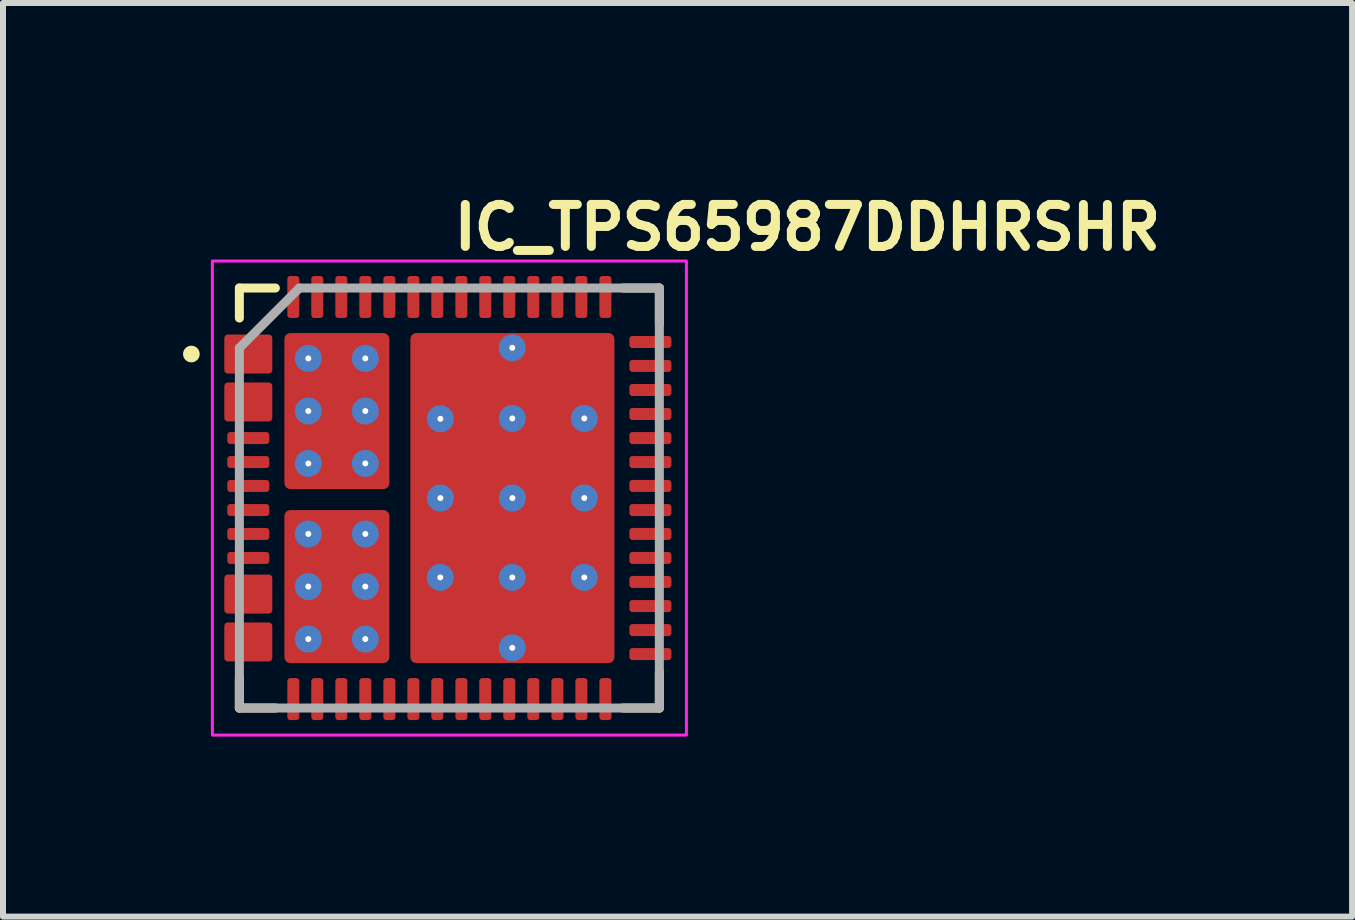
<source format=kicad_pcb>
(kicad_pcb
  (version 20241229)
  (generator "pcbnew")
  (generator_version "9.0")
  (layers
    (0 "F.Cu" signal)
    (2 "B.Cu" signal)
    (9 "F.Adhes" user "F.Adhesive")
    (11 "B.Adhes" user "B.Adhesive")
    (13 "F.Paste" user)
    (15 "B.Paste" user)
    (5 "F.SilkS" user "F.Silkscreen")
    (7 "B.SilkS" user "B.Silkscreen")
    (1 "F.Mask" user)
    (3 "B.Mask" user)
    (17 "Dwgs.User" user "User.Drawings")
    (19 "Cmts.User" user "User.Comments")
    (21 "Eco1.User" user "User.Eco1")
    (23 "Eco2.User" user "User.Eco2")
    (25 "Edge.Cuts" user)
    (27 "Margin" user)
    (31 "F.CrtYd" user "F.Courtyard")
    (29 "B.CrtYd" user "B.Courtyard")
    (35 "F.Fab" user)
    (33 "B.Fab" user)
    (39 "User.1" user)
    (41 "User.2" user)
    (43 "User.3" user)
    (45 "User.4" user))
  (footprint "IC_TPS65987DDHRSHR"
    (layer "F.Cu")
    (at 4.439 5.25)
    (property "Reference" "IC_TPS65987DDHRSHR" (at 0 -4.1 0) (layer "F.SilkS") (effects (font (size 0.7 0.7) (thickness 0.15)) (justify left bottom)))
    (attr smd)
    (fp_poly (pts (xy -3.65 2.1) (xy -3.051 2.1) (xy -3.048 2.1) (xy -3.045 2.1) (xy -3.043 2.1) (xy -3.04 2.1) (xy -3.037 2.1) (xy -3.036 2.1) (xy -3.032 2.103) (xy -3.031 2.104) (xy -3.028 2.104) (xy -3.025 2.107) (xy -3.024 2.108) (xy -3.021 2.108) (xy -3.02 2.111) (xy -3.017 2.112) (xy -3.016 2.115) (xy -3.013 2.116) (xy -3.012 2.119) (xy -3.011 2.12) (xy -3.008 2.123) (xy -3.008 2.124) (xy -3.005 2.125) (xy -3.004 2.128) (xy -3.004 2.132) (xy -3.003 2.133) (xy -3.003 2.136) (xy -3.001 2.14) (xy -3 2.144) (xy -3 2.145) (xy -3 2.148) (xy -3 2.648) (xy -3 2.652) (xy -3 2.653) (xy -3.001 2.656) (xy -3.001 2.66) (xy -3.003 2.661) (xy -3.003 2.664) (xy -3.004 2.668) (xy -3.005 2.672) (xy -3.008 2.673) (xy -3.008 2.676) (xy -3.011 2.677) (xy -3.012 2.68) (xy -3.013 2.681) (xy -3.016 2.684) (xy -3.017 2.685) (xy -3.02 2.689) (xy -3.021 2.689) (xy -3.024 2.692) (xy -3.025 2.693) (xy -3.028 2.693) (xy -3.031 2.696) (xy -3.032 2.697) (xy -3.036 2.697) (xy -3.037 2.697) (xy -3.04 2.697) (xy -3.043 2.697) (xy -3.045 2.7) (xy -3.048 2.7) (xy -3.051 2.7) (xy -3.65 2.7) (xy -3.653 2.7) (xy -3.656 2.7) (xy -3.658 2.697) (xy -3.661 2.697) (xy -3.664 2.697) (xy -3.665 2.697) (xy -3.669 2.697) (xy -3.67 2.696) (xy -3.673 2.693) (xy -3.676 2.693) (xy -3.677 2.692) (xy -3.68 2.689) (xy -3.681 2.689) (xy -3.684 2.685) (xy -3.685 2.684) (xy -3.688 2.681) (xy -3.689 2.68) (xy -3.69 2.677) (xy -3.693 2.676) (xy -3.693 2.673) (xy -3.696 2.672) (xy -3.697 2.668) (xy -3.698 2.664) (xy -3.698 2.661) (xy -3.7 2.66) (xy -3.7 2.656) (xy -3.701 2.653) (xy -3.701 2.652) (xy -3.701 2.648) (xy -3.701 2.548) (xy -3.701 2.547) (xy -3.701 2.543) (xy -3.7 2.54) (xy -3.7 2.539) (xy -3.698 2.535) (xy -3.697 2.531) (xy -3.697 2.528) (xy -3.696 2.527) (xy -3.693 2.523) (xy -3.69 2.519) (xy -3.689 2.519) (xy -3.688 2.515) (xy -3.685 2.515) (xy -3.684 2.511) (xy -3.681 2.511) (xy -3.68 2.508) (xy -3.677 2.507) (xy -3.676 2.507) (xy -3.673 2.503) (xy -3.67 2.503) (xy -3.669 2.503) (xy -3.665 2.5) (xy -3.664 2.5) (xy -3.661 2.499) (xy -3.658 2.499) (xy -3.656 2.499) (xy -3.653 2.499) (xy -3.65 2.499) (xy -3.25 2.499) (xy -3.247 2.499) (xy -3.246 2.499) (xy -3.242 2.499) (xy -3.238 2.498) (xy -3.235 2.498) (xy -3.234 2.495) (xy -3.23 2.495) (xy -3.227 2.495) (xy -3.226 2.491) (xy -3.223 2.491) (xy -3.222 2.49) (xy -3.219 2.487) (xy -3.218 2.487) (xy -3.215 2.483) (xy -3.214 2.483) (xy -3.211 2.479) (xy -3.21 2.479) (xy -3.21 2.475) (xy -3.207 2.475) (xy -3.206 2.471) (xy -3.206 2.47) (xy -3.203 2.467) (xy -3.202 2.463) (xy -3.202 2.459) (xy -3.202 2.458) (xy -3.202 2.455) (xy -3.202 2.451) (xy -3.202 2.45) (xy -3.202 2.35) (xy -3.202 2.346) (xy -3.202 2.345) (xy -3.202 2.342) (xy -3.202 2.338) (xy -3.202 2.337) (xy -3.202 2.334) (xy -3.203 2.33) (xy -3.206 2.33) (xy -3.206 2.326) (xy -3.207 2.325) (xy -3.21 2.322) (xy -3.21 2.321) (xy -3.211 2.318) (xy -3.214 2.317) (xy -3.215 2.314) (xy -3.218 2.313) (xy -3.219 2.31) (xy -3.222 2.31) (xy -3.223 2.306) (xy -3.226 2.306) (xy -3.227 2.305) (xy -3.23 2.302) (xy -3.234 2.301) (xy -3.235 2.301) (xy -3.238 2.301) (xy -3.242 2.301) (xy -3.246 2.298) (xy -3.247 2.298) (xy -3.25 2.298) (xy -3.65 2.298) (xy -3.653 2.298) (xy -3.656 2.298) (xy -3.658 2.297) (xy -3.661 2.297) (xy -3.664 2.297) (xy -3.665 2.297) (xy -3.669 2.297) (xy -3.67 2.294) (xy -3.673 2.293) (xy -3.676 2.293) (xy -3.677 2.29) (xy -3.68 2.289) (xy -3.681 2.289) (xy -3.684 2.285) (xy -3.685 2.285) (xy -3.688 2.281) (xy -3.689 2.281) (xy -3.69 2.277) (xy -3.693 2.277) (xy -3.693 2.273) (xy -3.696 2.273) (xy -3.697 2.269) (xy -3.697 2.266) (xy -3.698 2.265) (xy -3.698 2.261) (xy -3.7 2.258) (xy -3.7 2.257) (xy -3.701 2.253) (xy -3.701 2.249) (xy -3.701 2.148) (xy -3.701 2.145) (xy -3.701 2.144) (xy -3.7 2.14) (xy -3.698 2.136) (xy -3.698 2.133) (xy -3.697 2.132) (xy -3.697 2.128) (xy -3.696 2.125) (xy -3.693 2.124) (xy -3.693 2.123) (xy -3.69 2.12) (xy -3.689 2.119) (xy -3.688 2.116) (xy -3.685 2.115) (xy -3.684 2.112) (xy -3.681 2.111) (xy -3.68 2.108) (xy -3.677 2.108) (xy -3.676 2.107) (xy -3.673 2.104) (xy -3.67 2.104) (xy -3.669 2.103) (xy -3.665 2.1) (xy -3.664 2.1) (xy -3.661 2.1) (xy -3.658 2.1) (xy -3.656 2.1) (xy -3.653 2.1) (xy -3.65 2.1)) (stroke (width 0.0001) (type solid)) (fill yes) (layer "F.Mask"))
    (fp_poly (pts (xy -3.65 -2.701) (xy -3.051 -2.701) (xy -3.048 -2.701) (xy -3.045 -2.701) (xy -3.043 -2.698) (xy -3.04 -2.698) (xy -3.037 -2.697) (xy -3.036 -2.697) (xy -3.032 -2.697) (xy -3.031 -2.697) (xy -3.028 -2.694) (xy -3.025 -2.693) (xy -3.024 -2.693) (xy -3.021 -2.689) (xy -3.02 -2.689) (xy -3.017 -2.687) (xy -3.016 -2.684) (xy -3.013 -2.683) (xy -3.012 -2.68) (xy -3.011 -2.679) (xy -3.008 -2.676) (xy -3.008 -2.675) (xy -3.005 -2.672) (xy -3.004 -2.669) (xy -3.004 -2.668) (xy -3.003 -2.664) (xy -3.003 -2.663) (xy -3.001 -2.66) (xy -3.001 -2.657) (xy -3 -2.655) (xy -3 -2.652) (xy -3 -2.649) (xy -3 -2.149) (xy -3 -2.147) (xy -3 -2.144) (xy -3.001 -2.141) (xy -3.001 -2.14) (xy -3.003 -2.136) (xy -3.003 -2.135) (xy -3.004 -2.132) (xy -3.004 -2.129) (xy -3.005 -2.127) (xy -3.008 -2.124) (xy -3.011 -2.12) (xy -3.012 -2.12) (xy -3.013 -2.116) (xy -3.016 -2.116) (xy -3.017 -2.112) (xy -3.02 -2.112) (xy -3.021 -2.109) (xy -3.024 -2.108) (xy -3.025 -2.108) (xy -3.028 -2.104) (xy -3.031 -2.104) (xy -3.032 -2.104) (xy -3.036 -2.101) (xy -3.037 -2.101) (xy -3.04 -2.1) (xy -3.043 -2.1) (xy -3.045 -2.1) (xy -3.048 -2.1) (xy -3.051 -2.1) (xy -3.65 -2.1) (xy -3.653 -2.1) (xy -3.656 -2.1) (xy -3.658 -2.1) (xy -3.661 -2.1) (xy -3.664 -2.101) (xy -3.665 -2.101) (xy -3.669 -2.104) (xy -3.67 -2.104) (xy -3.673 -2.104) (xy -3.676 -2.108) (xy -3.677 -2.108) (xy -3.68 -2.109) (xy -3.681 -2.112) (xy -3.684 -2.112) (xy -3.685 -2.116) (xy -3.688 -2.116) (xy -3.689 -2.12) (xy -3.69 -2.12) (xy -3.693 -2.124) (xy -3.696 -2.127) (xy -3.697 -2.129) (xy -3.697 -2.132) (xy -3.698 -2.135) (xy -3.698 -2.136) (xy -3.7 -2.14) (xy -3.7 -2.141) (xy -3.701 -2.144) (xy -3.701 -2.147) (xy -3.701 -2.149) (xy -3.701 -2.249) (xy -3.701 -2.253) (xy -3.701 -2.254) (xy -3.7 -2.257) (xy -3.7 -2.26) (xy -3.698 -2.262) (xy -3.698 -2.265) (xy -3.697 -2.268) (xy -3.697 -2.269) (xy -3.696 -2.273) (xy -3.693 -2.274) (xy -3.693 -2.277) (xy -3.69 -2.278) (xy -3.689 -2.281) (xy -3.688 -2.282) (xy -3.685 -2.285) (xy -3.684 -2.286) (xy -3.681 -2.289) (xy -3.68 -2.289) (xy -3.677 -2.292) (xy -3.676 -2.293) (xy -3.673 -2.294) (xy -3.67 -2.296) (xy -3.669 -2.297) (xy -3.665 -2.297) (xy -3.664 -2.297) (xy -3.661 -2.298) (xy -3.658 -2.298) (xy -3.656 -2.3) (xy -3.653 -2.3) (xy -3.65 -2.3) (xy -3.25 -2.3) (xy -3.247 -2.3) (xy -3.246 -2.3) (xy -3.242 -2.301) (xy -3.238 -2.301) (xy -3.235 -2.301) (xy -3.234 -2.302) (xy -3.23 -2.304) (xy -3.227 -2.306) (xy -3.226 -2.306) (xy -3.223 -2.307) (xy -3.222 -2.31) (xy -3.219 -2.31) (xy -3.218 -2.314) (xy -3.215 -2.314) (xy -3.214 -2.318) (xy -3.211 -2.318) (xy -3.21 -2.322) (xy -3.207 -2.326) (xy -3.206 -2.326) (xy -3.206 -2.33) (xy -3.203 -2.331) (xy -3.202 -2.334) (xy -3.202 -2.338) (xy -3.202 -2.339) (xy -3.202 -2.342) (xy -3.202 -2.346) (xy -3.202 -2.35) (xy -3.202 -2.451) (xy -3.202 -2.452) (xy -3.202 -2.455) (xy -3.202 -2.459) (xy -3.202 -2.463) (xy -3.202 -2.464) (xy -3.203 -2.467) (xy -3.206 -2.471) (xy -3.206 -2.472) (xy -3.207 -2.475) (xy -3.21 -2.476) (xy -3.21 -2.479) (xy -3.211 -2.48) (xy -3.214 -2.483) (xy -3.215 -2.484) (xy -3.218 -2.487) (xy -3.219 -2.488) (xy -3.222 -2.491) (xy -3.223 -2.491) (xy -3.226 -2.492) (xy -3.227 -2.495) (xy -3.23 -2.495) (xy -3.234 -2.496) (xy -3.235 -2.499) (xy -3.238 -2.499) (xy -3.242 -2.499) (xy -3.246 -2.499) (xy -3.247 -2.499) (xy -3.25 -2.499) (xy -3.65 -2.499) (xy -3.653 -2.499) (xy -3.656 -2.499) (xy -3.658 -2.5) (xy -3.661 -2.5) (xy -3.664 -2.502) (xy -3.665 -2.502) (xy -3.669 -2.503) (xy -3.67 -2.503) (xy -3.673 -2.504) (xy -3.676 -2.507) (xy -3.677 -2.507) (xy -3.68 -2.51) (xy -3.681 -2.511) (xy -3.684 -2.512) (xy -3.685 -2.515) (xy -3.688 -2.516) (xy -3.689 -2.519) (xy -3.69 -2.52) (xy -3.693 -2.523) (xy -3.693 -2.524) (xy -3.696 -2.527) (xy -3.697 -2.53) (xy -3.697 -2.531) (xy -3.698 -2.535) (xy -3.698 -2.536) (xy -3.7 -2.539) (xy -3.7 -2.542) (xy -3.701 -2.544) (xy -3.701 -2.547) (xy -3.701 -2.55) (xy -3.701 -2.649) (xy -3.701 -2.652) (xy -3.701 -2.655) (xy -3.7 -2.657) (xy -3.7 -2.66) (xy -3.698 -2.663) (xy -3.698 -2.664) (xy -3.697 -2.668) (xy -3.697 -2.669) (xy -3.696 -2.672) (xy -3.693 -2.675) (xy -3.693 -2.676) (xy -3.69 -2.679) (xy -3.689 -2.68) (xy -3.688 -2.683) (xy -3.685 -2.684) (xy -3.684 -2.687) (xy -3.681 -2.689) (xy -3.68 -2.689) (xy -3.677 -2.693) (xy -3.676 -2.693) (xy -3.673 -2.694) (xy -3.67 -2.697) (xy -3.669 -2.697) (xy -3.665 -2.697) (xy -3.664 -2.697) (xy -3.661 -2.698) (xy -3.658 -2.698) (xy -3.656 -2.701) (xy -3.653 -2.701) (xy -3.65 -2.701)) (stroke (width 0.0001) (type solid)) (fill yes) (layer "F.Mask"))
    (fp_poly (pts (xy -3.65 -1.901) (xy -3.051 -1.901) (xy -3.048 -1.901) (xy -3.045 -1.901) (xy -3.043 -1.899) (xy -3.04 -1.899) (xy -3.037 -1.899) (xy -3.036 -1.899) (xy -3.032 -1.897) (xy -3.031 -1.897) (xy -3.028 -1.895) (xy -3.025 -1.893) (xy -3.024 -1.893) (xy -3.021 -1.891) (xy -3.02 -1.889) (xy -3.017 -1.887) (xy -3.016 -1.885) (xy -3.013 -1.883) (xy -3.012 -1.881) (xy -3.011 -1.879) (xy -3.008 -1.877) (xy -3.008 -1.875) (xy -3.005 -1.873) (xy -3.004 -1.871) (xy -3.004 -1.869) (xy -3.003 -1.865) (xy -3.003 -1.863) (xy -3.001 -1.861) (xy -3.001 -1.859) (xy -3 -1.855) (xy -3 -1.853) (xy -3 -1.851) (xy -3 -1.351) (xy -3 -1.347) (xy -3 -1.345) (xy -3.001 -1.343) (xy -3.001 -1.341) (xy -3.003 -1.337) (xy -3.003 -1.335) (xy -3.004 -1.333) (xy -3.004 -1.331) (xy -3.005 -1.327) (xy -3.008 -1.325) (xy -3.008 -1.323) (xy -3.011 -1.321) (xy -3.012 -1.319) (xy -3.013 -1.317) (xy -3.016 -1.315) (xy -3.017 -1.313) (xy -3.02 -1.311) (xy -3.021 -1.311) (xy -3.024 -1.309) (xy -3.025 -1.307) (xy -3.028 -1.305) (xy -3.031 -1.305) (xy -3.032 -1.303) (xy -3.036 -1.303) (xy -3.037 -1.303) (xy -3.04 -1.301) (xy -3.043 -1.301) (xy -3.045 -1.301) (xy -3.048 -1.301) (xy -3.051 -1.301) (xy -3.65 -1.301) (xy -3.653 -1.301) (xy -3.656 -1.301) (xy -3.658 -1.301) (xy -3.661 -1.301) (xy -3.664 -1.303) (xy -3.665 -1.303) (xy -3.669 -1.303) (xy -3.67 -1.305) (xy -3.673 -1.305) (xy -3.676 -1.307) (xy -3.677 -1.309) (xy -3.68 -1.311) (xy -3.681 -1.311) (xy -3.684 -1.313) (xy -3.685 -1.315) (xy -3.688 -1.317) (xy -3.689 -1.319) (xy -3.69 -1.321) (xy -3.693 -1.323) (xy -3.693 -1.325) (xy -3.696 -1.327) (xy -3.697 -1.331) (xy -3.697 -1.333) (xy -3.698 -1.335) (xy -3.698 -1.337) (xy -3.7 -1.341) (xy -3.7 -1.343) (xy -3.701 -1.345) (xy -3.701 -1.347) (xy -3.701 -1.351) (xy -3.701 -1.45) (xy -3.701 -1.454) (xy -3.701 -1.456) (xy -3.7 -1.458) (xy -3.7 -1.46) (xy -3.698 -1.464) (xy -3.698 -1.466) (xy -3.697 -1.468) (xy -3.697 -1.47) (xy -3.696 -1.474) (xy -3.693 -1.476) (xy -3.693 -1.478) (xy -3.69 -1.48) (xy -3.689 -1.482) (xy -3.688 -1.484) (xy -3.685 -1.486) (xy -3.684 -1.488) (xy -3.681 -1.49) (xy -3.68 -1.49) (xy -3.677 -1.492) (xy -3.676 -1.494) (xy -3.673 -1.496) (xy -3.67 -1.496) (xy -3.669 -1.498) (xy -3.665 -1.498) (xy -3.664 -1.498) (xy -3.661 -1.5) (xy -3.658 -1.5) (xy -3.656 -1.5) (xy -3.653 -1.5) (xy -3.65 -1.5) (xy -3.25 -1.5) (xy -3.247 -1.5) (xy -3.246 -1.5) (xy -3.242 -1.502) (xy -3.238 -1.502) (xy -3.235 -1.502) (xy -3.234 -1.504) (xy -3.23 -1.504) (xy -3.227 -1.506) (xy -3.226 -1.508) (xy -3.223 -1.508) (xy -3.222 -1.51) (xy -3.219 -1.512) (xy -3.218 -1.514) (xy -3.215 -1.516) (xy -3.214 -1.518) (xy -3.211 -1.52) (xy -3.21 -1.522) (xy -3.21 -1.524) (xy -3.207 -1.526) (xy -3.206 -1.528) (xy -3.206 -1.53) (xy -3.203 -1.532) (xy -3.202 -1.536) (xy -3.202 -1.537) (xy -3.202 -1.541) (xy -3.202 -1.543) (xy -3.202 -1.545) (xy -3.202 -1.547) (xy -3.202 -1.551) (xy -3.202 -1.651) (xy -3.202 -1.653) (xy -3.202 -1.655) (xy -3.202 -1.659) (xy -3.202 -1.661) (xy -3.202 -1.663) (xy -3.202 -1.666) (xy -3.203 -1.668) (xy -3.206 -1.67) (xy -3.206 -1.674) (xy -3.207 -1.676) (xy -3.21 -1.678) (xy -3.21 -1.68) (xy -3.211 -1.682) (xy -3.214 -1.684) (xy -3.215 -1.686) (xy -3.218 -1.688) (xy -3.219 -1.69) (xy -3.222 -1.69) (xy -3.223 -1.692) (xy -3.226 -1.694) (xy -3.227 -1.696) (xy -3.23 -1.696) (xy -3.234 -1.698) (xy -3.235 -1.698) (xy -3.238 -1.698) (xy -3.242 -1.7) (xy -3.246 -1.7) (xy -3.247 -1.7) (xy -3.25 -1.7) (xy -3.65 -1.7) (xy -3.653 -1.7) (xy -3.656 -1.7) (xy -3.658 -1.702) (xy -3.661 -1.702) (xy -3.664 -1.702) (xy -3.665 -1.702) (xy -3.669 -1.704) (xy -3.67 -1.704) (xy -3.673 -1.706) (xy -3.676 -1.708) (xy -3.677 -1.708) (xy -3.68 -1.71) (xy -3.681 -1.712) (xy -3.684 -1.714) (xy -3.685 -1.716) (xy -3.688 -1.718) (xy -3.689 -1.72) (xy -3.69 -1.722) (xy -3.693 -1.724) (xy -3.693 -1.726) (xy -3.696 -1.728) (xy -3.697 -1.73) (xy -3.697 -1.732) (xy -3.698 -1.736) (xy -3.698 -1.738) (xy -3.7 -1.74) (xy -3.7 -1.742) (xy -3.701 -1.746) (xy -3.701 -1.748) (xy -3.701 -1.75) (xy -3.701 -1.851) (xy -3.701 -1.853) (xy -3.701 -1.855) (xy -3.7 -1.859) (xy -3.7 -1.861) (xy -3.698 -1.863) (xy -3.698 -1.865) (xy -3.697 -1.869) (xy -3.697 -1.871) (xy -3.696 -1.873) (xy -3.693 -1.875) (xy -3.693 -1.877) (xy -3.69 -1.879) (xy -3.689 -1.881) (xy -3.688 -1.883) (xy -3.685 -1.885) (xy -3.684 -1.887) (xy -3.681 -1.889) (xy -3.68 -1.891) (xy -3.677 -1.893) (xy -3.676 -1.893) (xy -3.673 -1.895) (xy -3.67 -1.897) (xy -3.669 -1.897) (xy -3.665 -1.899) (xy -3.664 -1.899) (xy -3.661 -1.899) (xy -3.658 -1.899) (xy -3.656 -1.901) (xy -3.653 -1.901) (xy -3.65 -1.901)) (stroke (width 0.0001) (type solid)) (fill yes) (layer "F.Mask"))
    (fp_poly (pts (xy -3.65 1.3) (xy -3.051 1.3) (xy -3.048 1.3) (xy -3.045 1.3) (xy -3.043 1.3) (xy -3.04 1.3) (xy -3.037 1.302) (xy -3.036 1.302) (xy -3.032 1.302) (xy -3.031 1.304) (xy -3.028 1.304) (xy -3.025 1.306) (xy -3.024 1.308) (xy -3.021 1.31) (xy -3.02 1.31) (xy -3.017 1.312) (xy -3.016 1.314) (xy -3.013 1.316) (xy -3.012 1.318) (xy -3.011 1.32) (xy -3.008 1.322) (xy -3.008 1.324) (xy -3.005 1.326) (xy -3.004 1.33) (xy -3.004 1.332) (xy -3.003 1.334) (xy -3.003 1.336) (xy -3.001 1.34) (xy -3.001 1.342) (xy -3 1.344) (xy -3 1.346) (xy -3 1.35) (xy -3 1.85) (xy -3 1.852) (xy -3 1.854) (xy -3.001 1.858) (xy -3.001 1.86) (xy -3.003 1.862) (xy -3.003 1.864) (xy -3.004 1.868) (xy -3.004 1.87) (xy -3.005 1.872) (xy -3.008 1.874) (xy -3.008 1.876) (xy -3.011 1.878) (xy -3.012 1.88) (xy -3.013 1.882) (xy -3.016 1.884) (xy -3.017 1.886) (xy -3.02 1.888) (xy -3.021 1.888) (xy -3.024 1.89) (xy -3.025 1.892) (xy -3.028 1.894) (xy -3.031 1.894) (xy -3.032 1.896) (xy -3.036 1.896) (xy -3.037 1.896) (xy -3.04 1.898) (xy -3.043 1.898) (xy -3.045 1.898) (xy -3.048 1.898) (xy -3.051 1.898) (xy -3.65 1.898) (xy -3.653 1.898) (xy -3.656 1.898) (xy -3.658 1.898) (xy -3.661 1.898) (xy -3.664 1.896) (xy -3.665 1.896) (xy -3.669 1.896) (xy -3.67 1.894) (xy -3.673 1.894) (xy -3.676 1.892) (xy -3.677 1.89) (xy -3.68 1.888) (xy -3.681 1.888) (xy -3.684 1.886) (xy -3.685 1.884) (xy -3.688 1.882) (xy -3.689 1.88) (xy -3.69 1.878) (xy -3.693 1.876) (xy -3.693 1.874) (xy -3.696 1.872) (xy -3.697 1.87) (xy -3.697 1.868) (xy -3.698 1.864) (xy -3.698 1.862) (xy -3.7 1.86) (xy -3.7 1.858) (xy -3.701 1.854) (xy -3.701 1.852) (xy -3.701 1.85) (xy -3.701 1.749) (xy -3.701 1.747) (xy -3.701 1.745) (xy -3.7 1.741) (xy -3.7 1.739) (xy -3.698 1.737) (xy -3.698 1.735) (xy -3.697 1.731) (xy -3.697 1.729) (xy -3.696 1.727) (xy -3.693 1.725) (xy -3.693 1.723) (xy -3.69 1.721) (xy -3.689 1.719) (xy -3.688 1.717) (xy -3.685 1.715) (xy -3.684 1.713) (xy -3.681 1.711) (xy -3.68 1.709) (xy -3.677 1.707) (xy -3.676 1.707) (xy -3.673 1.705) (xy -3.67 1.703) (xy -3.669 1.703) (xy -3.665 1.701) (xy -3.664 1.701) (xy -3.661 1.701) (xy -3.658 1.701) (xy -3.656 1.699) (xy -3.653 1.699) (xy -3.65 1.699) (xy -3.25 1.699) (xy -3.247 1.699) (xy -3.246 1.699) (xy -3.242 1.699) (xy -3.238 1.697) (xy -3.235 1.697) (xy -3.234 1.697) (xy -3.23 1.695) (xy -3.227 1.695) (xy -3.226 1.693) (xy -3.223 1.691) (xy -3.222 1.689) (xy -3.219 1.689) (xy -3.218 1.687) (xy -3.215 1.685) (xy -3.214 1.683) (xy -3.211 1.681) (xy -3.21 1.679) (xy -3.21 1.677) (xy -3.207 1.675) (xy -3.206 1.673) (xy -3.206 1.669) (xy -3.203 1.667) (xy -3.202 1.665) (xy -3.202 1.662) (xy -3.202 1.658) (xy -3.202 1.656) (xy -3.202 1.654) (xy -3.202 1.652) (xy -3.202 1.648) (xy -3.202 1.55) (xy -3.202 1.546) (xy -3.202 1.544) (xy -3.202 1.542) (xy -3.202 1.54) (xy -3.202 1.536) (xy -3.202 1.533) (xy -3.203 1.531) (xy -3.206 1.529) (xy -3.206 1.525) (xy -3.207 1.523) (xy -3.21 1.521) (xy -3.21 1.519) (xy -3.211 1.517) (xy -3.214 1.515) (xy -3.215 1.513) (xy -3.218 1.511) (xy -3.219 1.509) (xy -3.222 1.509) (xy -3.223 1.507) (xy -3.226 1.505) (xy -3.227 1.503) (xy -3.23 1.503) (xy -3.234 1.501) (xy -3.235 1.501) (xy -3.238 1.501) (xy -3.242 1.499) (xy -3.246 1.499) (xy -3.247 1.499) (xy -3.25 1.499) (xy -3.65 1.499) (xy -3.653 1.499) (xy -3.656 1.499) (xy -3.658 1.499) (xy -3.661 1.499) (xy -3.664 1.497) (xy -3.665 1.497) (xy -3.669 1.497) (xy -3.67 1.495) (xy -3.673 1.495) (xy -3.676 1.493) (xy -3.677 1.491) (xy -3.68 1.489) (xy -3.681 1.489) (xy -3.684 1.487) (xy -3.685 1.485) (xy -3.688 1.483) (xy -3.689 1.481) (xy -3.69 1.479) (xy -3.693 1.477) (xy -3.693 1.475) (xy -3.696 1.473) (xy -3.697 1.469) (xy -3.697 1.467) (xy -3.698 1.465) (xy -3.698 1.463) (xy -3.7 1.459) (xy -3.7 1.457) (xy -3.701 1.455) (xy -3.701 1.453) (xy -3.701 1.449) (xy -3.701 1.35) (xy -3.701 1.346) (xy -3.701 1.344) (xy -3.7 1.342) (xy -3.7 1.34) (xy -3.698 1.336) (xy -3.698 1.334) (xy -3.697 1.332) (xy -3.697 1.33) (xy -3.696 1.326) (xy -3.693 1.324) (xy -3.693 1.322) (xy -3.69 1.32) (xy -3.689 1.318) (xy -3.688 1.316) (xy -3.685 1.314) (xy -3.684 1.312) (xy -3.681 1.31) (xy -3.68 1.31) (xy -3.677 1.308) (xy -3.676 1.306) (xy -3.673 1.304) (xy -3.67 1.304) (xy -3.669 1.302) (xy -3.665 1.302) (xy -3.664 1.302) (xy -3.661 1.3) (xy -3.658 1.3) (xy -3.656 1.3) (xy -3.653 1.3) (xy -3.65 1.3)) (stroke (width 0.0001) (type solid)) (fill yes) (layer "F.Mask"))
    (fp_line (start -3.5 -3.5) (end -3.5 -3) (stroke (width 0.15) (type solid)) (layer "F.SilkS"))
    (fp_line (start -3.5 3.499) (end -3.5 2.999) (stroke (width 0.15) (type solid)) (layer "F.SilkS"))
    (fp_line (start -2.9 -3.5) (end -3.5 -3.5) (stroke (width 0.15) (type solid)) (layer "F.SilkS"))
    (fp_line (start -2.9 3.499) (end -3.5 3.499) (stroke (width 0.15) (type solid)) (layer "F.SilkS"))
    (fp_line (start 2.898 -3.5) (end 3.499 -3.5) (stroke (width 0.15) (type solid)) (layer "F.SilkS"))
    (fp_line (start 2.898 3.499) (end 3.499 3.499) (stroke (width 0.15) (type solid)) (layer "F.SilkS"))
    (fp_line (start 3.499 -3.5) (end 3.499 -2.9) (stroke (width 0.15) (type solid)) (layer "F.SilkS"))
    (fp_line (start 3.499 3.499) (end 3.499 2.898) (stroke (width 0.15) (type solid)) (layer "F.SilkS"))
    (fp_circle (center -4.3 -2.4) (end -4.25 -2.36) (stroke (width 0.15) (type solid)) (fill yes) (layer "F.SilkS"))
    (fp_poly (pts (xy -2.61 -2.702) (xy -1.141 -2.702) (xy -1.141 -1.551) (xy -2.61 -1.551)) (stroke (width 0.01) (type solid)) (fill yes) (layer "F.Paste"))
    (fp_poly (pts (xy -2.61 -1.351) (xy -1.141 -1.351) (xy -1.141 -0.202) (xy -2.61 -0.202)) (stroke (width 0.01) (type solid)) (fill yes) (layer "F.Paste"))
    (fp_poly (pts (xy -2.61 0.225) (xy -1.141 0.225) (xy -1.141 1.374) (xy -2.61 1.374)) (stroke (width 0.01) (type solid)) (fill yes) (layer "F.Paste"))
    (fp_poly (pts (xy -2.61 1.574) (xy -1.141 1.574) (xy -1.141 2.725) (xy -2.61 2.725)) (stroke (width 0.01) (type solid)) (fill yes) (layer "F.Paste"))
    (fp_poly (pts (xy -0.522 -2.54) (xy 0.949 -2.54) (xy 0.949 -1.42) (xy -0.522 -1.42)) (stroke (width 0.01) (type solid)) (fill yes) (layer "F.Paste"))
    (fp_poly (pts (xy -0.522 -1.22) (xy 0.949 -1.22) (xy 0.949 -0.102) (xy -0.522 -0.102)) (stroke (width 0.01) (type solid)) (fill yes) (layer "F.Paste"))
    (fp_poly (pts (xy -0.522 0.1) (xy 0.949 0.1) (xy 0.949 1.219) (xy -0.522 1.219)) (stroke (width 0.01) (type solid)) (fill yes) (layer "F.Paste"))
    (fp_poly (pts (xy -0.522 1.419) (xy 0.949 1.419) (xy 0.949 2.539) (xy -0.522 2.539)) (stroke (width 0.01) (type solid)) (fill yes) (layer "F.Paste"))
    (fp_poly (pts (xy 1.148 -2.54) (xy 2.62 -2.54) (xy 2.62 -1.42) (xy 1.148 -1.42)) (stroke (width 0.01) (type solid)) (fill yes) (layer "F.Paste"))
    (fp_poly (pts (xy 1.148 -1.22) (xy 2.62 -1.22) (xy 2.62 -0.102) (xy 1.148 -0.102)) (stroke (width 0.01) (type solid)) (fill yes) (layer "F.Paste"))
    (fp_poly (pts (xy 1.148 0.1) (xy 2.62 0.1) (xy 2.62 1.219) (xy 1.148 1.219)) (stroke (width 0.01) (type solid)) (fill yes) (layer "F.Paste"))
    (fp_poly (pts (xy 1.148 1.419) (xy 2.62 1.419) (xy 2.62 2.539) (xy 1.148 2.539)) (stroke (width 0.01) (type solid)) (fill yes) (layer "F.Paste"))
    (fp_poly (pts (xy -3.65 2.1) (xy -3.051 2.1) (xy -3.048 2.1) (xy -3.045 2.1) (xy -3.043 2.1) (xy -3.04 2.1) (xy -3.037 2.1) (xy -3.036 2.1) (xy -3.032 2.103) (xy -3.031 2.104) (xy -3.028 2.104) (xy -3.025 2.107) (xy -3.024 2.108) (xy -3.021 2.108) (xy -3.02 2.111) (xy -3.017 2.112) (xy -3.016 2.115) (xy -3.013 2.116) (xy -3.012 2.119) (xy -3.011 2.12) (xy -3.008 2.123) (xy -3.008 2.124) (xy -3.005 2.125) (xy -3.004 2.128) (xy -3.004 2.132) (xy -3.003 2.133) (xy -3.003 2.136) (xy -3.001 2.14) (xy -3 2.144) (xy -3 2.145) (xy -3 2.148) (xy -3 2.648) (xy -3 2.652) (xy -3 2.653) (xy -3.001 2.656) (xy -3.001 2.66) (xy -3.003 2.661) (xy -3.003 2.664) (xy -3.004 2.668) (xy -3.005 2.672) (xy -3.008 2.673) (xy -3.008 2.676) (xy -3.011 2.677) (xy -3.012 2.68) (xy -3.013 2.681) (xy -3.016 2.684) (xy -3.017 2.685) (xy -3.02 2.689) (xy -3.021 2.689) (xy -3.024 2.692) (xy -3.025 2.693) (xy -3.028 2.693) (xy -3.031 2.696) (xy -3.032 2.697) (xy -3.036 2.697) (xy -3.037 2.697) (xy -3.04 2.697) (xy -3.043 2.697) (xy -3.045 2.7) (xy -3.048 2.7) (xy -3.051 2.7) (xy -3.65 2.7) (xy -3.653 2.7) (xy -3.656 2.7) (xy -3.658 2.697) (xy -3.661 2.697) (xy -3.664 2.697) (xy -3.665 2.697) (xy -3.669 2.697) (xy -3.67 2.696) (xy -3.673 2.693) (xy -3.676 2.693) (xy -3.677 2.692) (xy -3.68 2.689) (xy -3.681 2.689) (xy -3.684 2.685) (xy -3.685 2.684) (xy -3.688 2.681) (xy -3.689 2.68) (xy -3.69 2.677) (xy -3.693 2.676) (xy -3.693 2.673) (xy -3.696 2.672) (xy -3.697 2.668) (xy -3.698 2.664) (xy -3.698 2.661) (xy -3.7 2.66) (xy -3.7 2.656) (xy -3.701 2.653) (xy -3.701 2.652) (xy -3.701 2.648) (xy -3.701 2.548) (xy -3.701 2.547) (xy -3.701 2.543) (xy -3.7 2.54) (xy -3.7 2.539) (xy -3.698 2.535) (xy -3.697 2.531) (xy -3.697 2.528) (xy -3.696 2.527) (xy -3.693 2.523) (xy -3.69 2.519) (xy -3.689 2.519) (xy -3.688 2.515) (xy -3.685 2.515) (xy -3.684 2.511) (xy -3.681 2.511) (xy -3.68 2.508) (xy -3.677 2.507) (xy -3.676 2.507) (xy -3.673 2.503) (xy -3.67 2.503) (xy -3.669 2.503) (xy -3.665 2.5) (xy -3.664 2.5) (xy -3.661 2.499) (xy -3.658 2.499) (xy -3.656 2.499) (xy -3.653 2.499) (xy -3.65 2.499) (xy -3.25 2.499) (xy -3.247 2.499) (xy -3.246 2.499) (xy -3.242 2.499) (xy -3.238 2.498) (xy -3.235 2.498) (xy -3.234 2.495) (xy -3.23 2.495) (xy -3.227 2.495) (xy -3.226 2.491) (xy -3.223 2.491) (xy -3.222 2.49) (xy -3.219 2.487) (xy -3.218 2.487) (xy -3.215 2.483) (xy -3.214 2.483) (xy -3.211 2.479) (xy -3.21 2.479) (xy -3.21 2.475) (xy -3.207 2.475) (xy -3.206 2.471) (xy -3.206 2.47) (xy -3.203 2.467) (xy -3.202 2.463) (xy -3.202 2.459) (xy -3.202 2.458) (xy -3.202 2.455) (xy -3.202 2.451) (xy -3.202 2.45) (xy -3.202 2.35) (xy -3.202 2.346) (xy -3.202 2.345) (xy -3.202 2.342) (xy -3.202 2.338) (xy -3.202 2.337) (xy -3.202 2.334) (xy -3.203 2.33) (xy -3.206 2.33) (xy -3.206 2.326) (xy -3.207 2.325) (xy -3.21 2.322) (xy -3.21 2.321) (xy -3.211 2.318) (xy -3.214 2.317) (xy -3.215 2.314) (xy -3.218 2.313) (xy -3.219 2.31) (xy -3.222 2.31) (xy -3.223 2.306) (xy -3.226 2.306) (xy -3.227 2.305) (xy -3.23 2.302) (xy -3.234 2.301) (xy -3.235 2.301) (xy -3.238 2.301) (xy -3.242 2.301) (xy -3.246 2.298) (xy -3.247 2.298) (xy -3.25 2.298) (xy -3.65 2.298) (xy -3.653 2.298) (xy -3.656 2.298) (xy -3.658 2.297) (xy -3.661 2.297) (xy -3.664 2.297) (xy -3.665 2.297) (xy -3.669 2.297) (xy -3.67 2.294) (xy -3.673 2.293) (xy -3.676 2.293) (xy -3.677 2.29) (xy -3.68 2.289) (xy -3.681 2.289) (xy -3.684 2.285) (xy -3.685 2.285) (xy -3.688 2.281) (xy -3.689 2.281) (xy -3.69 2.277) (xy -3.693 2.277) (xy -3.693 2.273) (xy -3.696 2.273) (xy -3.697 2.269) (xy -3.697 2.266) (xy -3.698 2.265) (xy -3.698 2.261) (xy -3.7 2.258) (xy -3.7 2.257) (xy -3.701 2.253) (xy -3.701 2.249) (xy -3.701 2.148) (xy -3.701 2.145) (xy -3.701 2.144) (xy -3.7 2.14) (xy -3.698 2.136) (xy -3.698 2.133) (xy -3.697 2.132) (xy -3.697 2.128) (xy -3.696 2.125) (xy -3.693 2.124) (xy -3.693 2.123) (xy -3.69 2.12) (xy -3.689 2.119) (xy -3.688 2.116) (xy -3.685 2.115) (xy -3.684 2.112) (xy -3.681 2.111) (xy -3.68 2.108) (xy -3.677 2.108) (xy -3.676 2.107) (xy -3.673 2.104) (xy -3.67 2.104) (xy -3.669 2.103) (xy -3.665 2.1) (xy -3.664 2.1) (xy -3.661 2.1) (xy -3.658 2.1) (xy -3.656 2.1) (xy -3.653 2.1) (xy -3.65 2.1)) (stroke (width 0.0001) (type solid)) (fill yes) (layer "F.Paste"))
    (fp_poly (pts (xy -3.65 -2.702) (xy -3.051 -2.702) (xy -3.048 -2.702) (xy -3.045 -2.702) (xy -3.043 -2.699) (xy -3.04 -2.699) (xy -3.037 -2.698) (xy -3.036 -2.698) (xy -3.032 -2.698) (xy -3.031 -2.698) (xy -3.028 -2.695) (xy -3.025 -2.694) (xy -3.024 -2.694) (xy -3.021 -2.69) (xy -3.02 -2.69) (xy -3.017 -2.688) (xy -3.016 -2.685) (xy -3.013 -2.684) (xy -3.012 -2.681) (xy -3.011 -2.68) (xy -3.008 -2.677) (xy -3.008 -2.676) (xy -3.005 -2.673) (xy -3.004 -2.67) (xy -3.004 -2.669) (xy -3.003 -2.665) (xy -3.003 -2.664) (xy -3.001 -2.661) (xy -3.001 -2.658) (xy -3 -2.656) (xy -3 -2.653) (xy -3 -2.65) (xy -3 -2.15) (xy -3 -2.148) (xy -3 -2.145) (xy -3.001 -2.142) (xy -3.001 -2.141) (xy -3.003 -2.137) (xy -3.003 -2.136) (xy -3.004 -2.133) (xy -3.004 -2.13) (xy -3.005 -2.128) (xy -3.008 -2.125) (xy -3.011 -2.121) (xy -3.012 -2.121) (xy -3.013 -2.117) (xy -3.016 -2.117) (xy -3.017 -2.113) (xy -3.02 -2.113) (xy -3.021 -2.11) (xy -3.024 -2.109) (xy -3.025 -2.109) (xy -3.028 -2.105) (xy -3.031 -2.105) (xy -3.032 -2.105) (xy -3.036 -2.102) (xy -3.037 -2.102) (xy -3.04 -2.101) (xy -3.043 -2.101) (xy -3.045 -2.101) (xy -3.048 -2.101) (xy -3.051 -2.101) (xy -3.65 -2.101) (xy -3.653 -2.101) (xy -3.656 -2.101) (xy -3.658 -2.101) (xy -3.661 -2.101) (xy -3.664 -2.102) (xy -3.665 -2.102) (xy -3.669 -2.105) (xy -3.67 -2.105) (xy -3.673 -2.105) (xy -3.676 -2.109) (xy -3.677 -2.109) (xy -3.68 -2.11) (xy -3.681 -2.113) (xy -3.684 -2.113) (xy -3.685 -2.117) (xy -3.688 -2.117) (xy -3.689 -2.121) (xy -3.69 -2.121) (xy -3.693 -2.125) (xy -3.696 -2.128) (xy -3.697 -2.13) (xy -3.697 -2.133) (xy -3.698 -2.136) (xy -3.698 -2.137) (xy -3.7 -2.141) (xy -3.7 -2.142) (xy -3.701 -2.145) (xy -3.701 -2.148) (xy -3.701 -2.15) (xy -3.701 -2.25) (xy -3.701 -2.254) (xy -3.701 -2.255) (xy -3.7 -2.258) (xy -3.7 -2.261) (xy -3.698 -2.263) (xy -3.698 -2.266) (xy -3.697 -2.269) (xy -3.697 -2.27) (xy -3.696 -2.274) (xy -3.693 -2.275) (xy -3.693 -2.278) (xy -3.69 -2.279) (xy -3.689 -2.282) (xy -3.688 -2.283) (xy -3.685 -2.286) (xy -3.684 -2.287) (xy -3.681 -2.29) (xy -3.68 -2.29) (xy -3.677 -2.293) (xy -3.676 -2.294) (xy -3.673 -2.295) (xy -3.67 -2.297) (xy -3.669 -2.298) (xy -3.665 -2.298) (xy -3.664 -2.298) (xy -3.661 -2.299) (xy -3.658 -2.299) (xy -3.656 -2.301) (xy -3.653 -2.301) (xy -3.65 -2.301) (xy -3.25 -2.301) (xy -3.247 -2.301) (xy -3.246 -2.301) (xy -3.242 -2.302) (xy -3.238 -2.302) (xy -3.235 -2.302) (xy -3.234 -2.303) (xy -3.23 -2.305) (xy -3.227 -2.307) (xy -3.226 -2.307) (xy -3.223 -2.308) (xy -3.222 -2.311) (xy -3.219 -2.311) (xy -3.218 -2.315) (xy -3.215 -2.315) (xy -3.214 -2.319) (xy -3.211 -2.319) (xy -3.21 -2.323) (xy -3.207 -2.327) (xy -3.206 -2.327) (xy -3.206 -2.331) (xy -3.203 -2.332) (xy -3.202 -2.335) (xy -3.202 -2.339) (xy -3.202 -2.34) (xy -3.202 -2.343) (xy -3.202 -2.347) (xy -3.202 -2.351) (xy -3.202 -2.452) (xy -3.202 -2.453) (xy -3.202 -2.456) (xy -3.202 -2.46) (xy -3.202 -2.464) (xy -3.202 -2.465) (xy -3.203 -2.468) (xy -3.206 -2.472) (xy -3.206 -2.473) (xy -3.207 -2.476) (xy -3.21 -2.477) (xy -3.21 -2.48) (xy -3.211 -2.481) (xy -3.214 -2.484) (xy -3.215 -2.485) (xy -3.218 -2.488) (xy -3.219 -2.489) (xy -3.222 -2.492) (xy -3.223 -2.492) (xy -3.226 -2.493) (xy -3.227 -2.496) (xy -3.23 -2.496) (xy -3.234 -2.497) (xy -3.235 -2.5) (xy -3.238 -2.5) (xy -3.242 -2.5) (xy -3.246 -2.5) (xy -3.247 -2.5) (xy -3.25 -2.5) (xy -3.65 -2.5) (xy -3.653 -2.5) (xy -3.656 -2.5) (xy -3.658 -2.501) (xy -3.661 -2.501) (xy -3.664 -2.503) (xy -3.665 -2.503) (xy -3.669 -2.504) (xy -3.67 -2.504) (xy -3.673 -2.505) (xy -3.676 -2.508) (xy -3.677 -2.508) (xy -3.68 -2.511) (xy -3.681 -2.512) (xy -3.684 -2.513) (xy -3.685 -2.516) (xy -3.688 -2.517) (xy -3.689 -2.52) (xy -3.69 -2.521) (xy -3.693 -2.524) (xy -3.693 -2.525) (xy -3.696 -2.528) (xy -3.697 -2.531) (xy -3.697 -2.532) (xy -3.698 -2.536) (xy -3.698 -2.537) (xy -3.7 -2.54) (xy -3.7 -2.543) (xy -3.701 -2.545) (xy -3.701 -2.548) (xy -3.701 -2.551) (xy -3.701 -2.65) (xy -3.701 -2.653) (xy -3.701 -2.656) (xy -3.7 -2.658) (xy -3.7 -2.661) (xy -3.698 -2.664) (xy -3.698 -2.665) (xy -3.697 -2.669) (xy -3.697 -2.67) (xy -3.696 -2.673) (xy -3.693 -2.676) (xy -3.693 -2.677) (xy -3.69 -2.68) (xy -3.689 -2.681) (xy -3.688 -2.684) (xy -3.685 -2.685) (xy -3.684 -2.688) (xy -3.681 -2.69) (xy -3.68 -2.69) (xy -3.677 -2.694) (xy -3.676 -2.694) (xy -3.673 -2.695) (xy -3.67 -2.698) (xy -3.669 -2.698) (xy -3.665 -2.698) (xy -3.664 -2.698) (xy -3.661 -2.699) (xy -3.658 -2.699) (xy -3.656 -2.702) (xy -3.653 -2.702) (xy -3.65 -2.702)) (stroke (width 0.0001) (type solid)) (fill yes) (layer "F.Paste"))
    (fp_poly (pts (xy -3.65 -1.901) (xy -3.051 -1.901) (xy -3.048 -1.901) (xy -3.045 -1.901) (xy -3.043 -1.899) (xy -3.04 -1.899) (xy -3.037 -1.899) (xy -3.036 -1.899) (xy -3.032 -1.897) (xy -3.031 -1.897) (xy -3.028 -1.895) (xy -3.025 -1.893) (xy -3.024 -1.893) (xy -3.021 -1.891) (xy -3.02 -1.889) (xy -3.017 -1.887) (xy -3.016 -1.885) (xy -3.013 -1.883) (xy -3.012 -1.881) (xy -3.011 -1.879) (xy -3.008 -1.877) (xy -3.008 -1.875) (xy -3.005 -1.873) (xy -3.004 -1.871) (xy -3.004 -1.869) (xy -3.003 -1.865) (xy -3.003 -1.863) (xy -3.001 -1.861) (xy -3.001 -1.859) (xy -3 -1.855) (xy -3 -1.853) (xy -3 -1.851) (xy -3 -1.351) (xy -3 -1.347) (xy -3 -1.345) (xy -3.001 -1.343) (xy -3.001 -1.341) (xy -3.003 -1.337) (xy -3.003 -1.335) (xy -3.004 -1.333) (xy -3.004 -1.331) (xy -3.005 -1.327) (xy -3.008 -1.325) (xy -3.008 -1.323) (xy -3.011 -1.321) (xy -3.012 -1.319) (xy -3.013 -1.317) (xy -3.016 -1.315) (xy -3.017 -1.313) (xy -3.02 -1.311) (xy -3.021 -1.311) (xy -3.024 -1.309) (xy -3.025 -1.307) (xy -3.028 -1.305) (xy -3.031 -1.305) (xy -3.032 -1.303) (xy -3.036 -1.303) (xy -3.037 -1.303) (xy -3.04 -1.301) (xy -3.043 -1.301) (xy -3.045 -1.301) (xy -3.048 -1.301) (xy -3.051 -1.301) (xy -3.65 -1.301) (xy -3.653 -1.301) (xy -3.656 -1.301) (xy -3.658 -1.301) (xy -3.661 -1.301) (xy -3.664 -1.303) (xy -3.665 -1.303) (xy -3.669 -1.303) (xy -3.67 -1.305) (xy -3.673 -1.305) (xy -3.676 -1.307) (xy -3.677 -1.309) (xy -3.68 -1.311) (xy -3.681 -1.311) (xy -3.684 -1.313) (xy -3.685 -1.315) (xy -3.688 -1.317) (xy -3.689 -1.319) (xy -3.69 -1.321) (xy -3.693 -1.323) (xy -3.693 -1.325) (xy -3.696 -1.327) (xy -3.697 -1.331) (xy -3.697 -1.333) (xy -3.698 -1.335) (xy -3.698 -1.337) (xy -3.7 -1.341) (xy -3.7 -1.343) (xy -3.701 -1.345) (xy -3.701 -1.347) (xy -3.701 -1.351) (xy -3.701 -1.45) (xy -3.701 -1.454) (xy -3.701 -1.456) (xy -3.7 -1.458) (xy -3.7 -1.46) (xy -3.698 -1.464) (xy -3.698 -1.466) (xy -3.697 -1.468) (xy -3.697 -1.47) (xy -3.696 -1.474) (xy -3.693 -1.476) (xy -3.693 -1.478) (xy -3.69 -1.48) (xy -3.689 -1.482) (xy -3.688 -1.484) (xy -3.685 -1.486) (xy -3.684 -1.488) (xy -3.681 -1.49) (xy -3.68 -1.49) (xy -3.677 -1.492) (xy -3.676 -1.494) (xy -3.673 -1.496) (xy -3.67 -1.496) (xy -3.669 -1.498) (xy -3.665 -1.498) (xy -3.664 -1.498) (xy -3.661 -1.5) (xy -3.658 -1.5) (xy -3.656 -1.5) (xy -3.653 -1.5) (xy -3.65 -1.5) (xy -3.25 -1.5) (xy -3.247 -1.5) (xy -3.246 -1.5) (xy -3.242 -1.502) (xy -3.238 -1.502) (xy -3.235 -1.502) (xy -3.234 -1.504) (xy -3.23 -1.504) (xy -3.227 -1.506) (xy -3.226 -1.508) (xy -3.223 -1.508) (xy -3.222 -1.51) (xy -3.219 -1.512) (xy -3.218 -1.514) (xy -3.215 -1.516) (xy -3.214 -1.518) (xy -3.211 -1.52) (xy -3.21 -1.522) (xy -3.21 -1.524) (xy -3.207 -1.526) (xy -3.206 -1.528) (xy -3.206 -1.53) (xy -3.203 -1.532) (xy -3.202 -1.536) (xy -3.202 -1.537) (xy -3.202 -1.541) (xy -3.202 -1.543) (xy -3.202 -1.545) (xy -3.202 -1.547) (xy -3.202 -1.551) (xy -3.202 -1.651) (xy -3.202 -1.653) (xy -3.202 -1.655) (xy -3.202 -1.659) (xy -3.202 -1.661) (xy -3.202 -1.663) (xy -3.202 -1.666) (xy -3.203 -1.668) (xy -3.206 -1.67) (xy -3.206 -1.674) (xy -3.207 -1.676) (xy -3.21 -1.678) (xy -3.21 -1.68) (xy -3.211 -1.682) (xy -3.214 -1.684) (xy -3.215 -1.686) (xy -3.218 -1.688) (xy -3.219 -1.69) (xy -3.222 -1.69) (xy -3.223 -1.692) (xy -3.226 -1.694) (xy -3.227 -1.696) (xy -3.23 -1.696) (xy -3.234 -1.698) (xy -3.235 -1.698) (xy -3.238 -1.698) (xy -3.242 -1.7) (xy -3.246 -1.7) (xy -3.247 -1.7) (xy -3.25 -1.7) (xy -3.65 -1.7) (xy -3.653 -1.7) (xy -3.656 -1.7) (xy -3.658 -1.702) (xy -3.661 -1.702) (xy -3.664 -1.702) (xy -3.665 -1.702) (xy -3.669 -1.704) (xy -3.67 -1.704) (xy -3.673 -1.706) (xy -3.676 -1.708) (xy -3.677 -1.708) (xy -3.68 -1.71) (xy -3.681 -1.712) (xy -3.684 -1.714) (xy -3.685 -1.716) (xy -3.688 -1.718) (xy -3.689 -1.72) (xy -3.69 -1.722) (xy -3.693 -1.724) (xy -3.693 -1.726) (xy -3.696 -1.728) (xy -3.697 -1.73) (xy -3.697 -1.732) (xy -3.698 -1.736) (xy -3.698 -1.738) (xy -3.7 -1.74) (xy -3.7 -1.742) (xy -3.701 -1.746) (xy -3.701 -1.748) (xy -3.701 -1.75) (xy -3.701 -1.851) (xy -3.701 -1.853) (xy -3.701 -1.855) (xy -3.7 -1.859) (xy -3.7 -1.861) (xy -3.698 -1.863) (xy -3.698 -1.865) (xy -3.697 -1.869) (xy -3.697 -1.871) (xy -3.696 -1.873) (xy -3.693 -1.875) (xy -3.693 -1.877) (xy -3.69 -1.879) (xy -3.689 -1.881) (xy -3.688 -1.883) (xy -3.685 -1.885) (xy -3.684 -1.887) (xy -3.681 -1.889) (xy -3.68 -1.891) (xy -3.677 -1.893) (xy -3.676 -1.893) (xy -3.673 -1.895) (xy -3.67 -1.897) (xy -3.669 -1.897) (xy -3.665 -1.899) (xy -3.664 -1.899) (xy -3.661 -1.899) (xy -3.658 -1.899) (xy -3.656 -1.901) (xy -3.653 -1.901) (xy -3.65 -1.901)) (stroke (width 0.0001) (type solid)) (fill yes) (layer "F.Paste"))
    (fp_poly (pts (xy -3.65 1.3) (xy -3.051 1.3) (xy -3.048 1.3) (xy -3.045 1.3) (xy -3.043 1.3) (xy -3.04 1.3) (xy -3.037 1.302) (xy -3.036 1.302) (xy -3.032 1.302) (xy -3.031 1.304) (xy -3.028 1.304) (xy -3.025 1.306) (xy -3.024 1.308) (xy -3.021 1.31) (xy -3.02 1.31) (xy -3.017 1.312) (xy -3.016 1.314) (xy -3.013 1.316) (xy -3.012 1.318) (xy -3.011 1.32) (xy -3.008 1.322) (xy -3.008 1.324) (xy -3.005 1.326) (xy -3.004 1.33) (xy -3.004 1.332) (xy -3.003 1.334) (xy -3.003 1.336) (xy -3.001 1.34) (xy -3.001 1.342) (xy -3 1.344) (xy -3 1.346) (xy -3 1.35) (xy -3 1.85) (xy -3 1.852) (xy -3 1.854) (xy -3.001 1.858) (xy -3.001 1.86) (xy -3.003 1.862) (xy -3.003 1.864) (xy -3.004 1.868) (xy -3.004 1.87) (xy -3.005 1.872) (xy -3.008 1.874) (xy -3.008 1.876) (xy -3.011 1.878) (xy -3.012 1.88) (xy -3.013 1.882) (xy -3.016 1.884) (xy -3.017 1.886) (xy -3.02 1.888) (xy -3.021 1.888) (xy -3.024 1.89) (xy -3.025 1.892) (xy -3.028 1.894) (xy -3.031 1.894) (xy -3.032 1.896) (xy -3.036 1.896) (xy -3.037 1.896) (xy -3.04 1.898) (xy -3.043 1.898) (xy -3.045 1.898) (xy -3.048 1.898) (xy -3.051 1.898) (xy -3.65 1.898) (xy -3.653 1.898) (xy -3.656 1.898) (xy -3.658 1.898) (xy -3.661 1.898) (xy -3.664 1.896) (xy -3.665 1.896) (xy -3.669 1.896) (xy -3.67 1.894) (xy -3.673 1.894) (xy -3.676 1.892) (xy -3.677 1.89) (xy -3.68 1.888) (xy -3.681 1.888) (xy -3.684 1.886) (xy -3.685 1.884) (xy -3.688 1.882) (xy -3.689 1.88) (xy -3.69 1.878) (xy -3.693 1.876) (xy -3.693 1.874) (xy -3.696 1.872) (xy -3.697 1.87) (xy -3.697 1.868) (xy -3.698 1.864) (xy -3.698 1.862) (xy -3.7 1.86) (xy -3.7 1.858) (xy -3.701 1.854) (xy -3.701 1.852) (xy -3.701 1.85) (xy -3.701 1.749) (xy -3.701 1.747) (xy -3.701 1.745) (xy -3.7 1.741) (xy -3.7 1.739) (xy -3.698 1.737) (xy -3.698 1.735) (xy -3.697 1.731) (xy -3.697 1.729) (xy -3.696 1.727) (xy -3.693 1.725) (xy -3.693 1.723) (xy -3.69 1.721) (xy -3.689 1.719) (xy -3.688 1.717) (xy -3.685 1.715) (xy -3.684 1.713) (xy -3.681 1.711) (xy -3.68 1.709) (xy -3.677 1.707) (xy -3.676 1.707) (xy -3.673 1.705) (xy -3.67 1.703) (xy -3.669 1.703) (xy -3.665 1.701) (xy -3.664 1.701) (xy -3.661 1.701) (xy -3.658 1.701) (xy -3.656 1.699) (xy -3.653 1.699) (xy -3.65 1.699) (xy -3.25 1.699) (xy -3.247 1.699) (xy -3.246 1.699) (xy -3.242 1.699) (xy -3.238 1.697) (xy -3.235 1.697) (xy -3.234 1.697) (xy -3.23 1.695) (xy -3.227 1.695) (xy -3.226 1.693) (xy -3.223 1.691) (xy -3.222 1.689) (xy -3.219 1.689) (xy -3.218 1.687) (xy -3.215 1.685) (xy -3.214 1.683) (xy -3.211 1.681) (xy -3.21 1.679) (xy -3.21 1.677) (xy -3.207 1.675) (xy -3.206 1.673) (xy -3.206 1.669) (xy -3.203 1.667) (xy -3.202 1.665) (xy -3.202 1.662) (xy -3.202 1.658) (xy -3.202 1.656) (xy -3.202 1.654) (xy -3.202 1.652) (xy -3.202 1.648) (xy -3.202 1.55) (xy -3.202 1.546) (xy -3.202 1.544) (xy -3.202 1.542) (xy -3.202 1.54) (xy -3.202 1.536) (xy -3.202 1.533) (xy -3.203 1.531) (xy -3.206 1.529) (xy -3.206 1.525) (xy -3.207 1.523) (xy -3.21 1.521) (xy -3.21 1.519) (xy -3.211 1.517) (xy -3.214 1.515) (xy -3.215 1.513) (xy -3.218 1.511) (xy -3.219 1.509) (xy -3.222 1.509) (xy -3.223 1.507) (xy -3.226 1.505) (xy -3.227 1.503) (xy -3.23 1.503) (xy -3.234 1.501) (xy -3.235 1.501) (xy -3.238 1.501) (xy -3.242 1.499) (xy -3.246 1.499) (xy -3.247 1.499) (xy -3.25 1.499) (xy -3.65 1.499) (xy -3.653 1.499) (xy -3.656 1.499) (xy -3.658 1.499) (xy -3.661 1.499) (xy -3.664 1.497) (xy -3.665 1.497) (xy -3.669 1.497) (xy -3.67 1.495) (xy -3.673 1.495) (xy -3.676 1.493) (xy -3.677 1.491) (xy -3.68 1.489) (xy -3.681 1.489) (xy -3.684 1.487) (xy -3.685 1.485) (xy -3.688 1.483) (xy -3.689 1.481) (xy -3.69 1.479) (xy -3.693 1.477) (xy -3.693 1.475) (xy -3.696 1.473) (xy -3.697 1.469) (xy -3.697 1.467) (xy -3.698 1.465) (xy -3.698 1.463) (xy -3.7 1.459) (xy -3.7 1.457) (xy -3.701 1.455) (xy -3.701 1.453) (xy -3.701 1.449) (xy -3.701 1.35) (xy -3.701 1.346) (xy -3.701 1.344) (xy -3.7 1.342) (xy -3.7 1.34) (xy -3.698 1.336) (xy -3.698 1.334) (xy -3.697 1.332) (xy -3.697 1.33) (xy -3.696 1.326) (xy -3.693 1.324) (xy -3.693 1.322) (xy -3.69 1.32) (xy -3.689 1.318) (xy -3.688 1.316) (xy -3.685 1.314) (xy -3.684 1.312) (xy -3.681 1.31) (xy -3.68 1.31) (xy -3.677 1.308) (xy -3.676 1.306) (xy -3.673 1.304) (xy -3.67 1.304) (xy -3.669 1.302) (xy -3.665 1.302) (xy -3.664 1.302) (xy -3.661 1.3) (xy -3.658 1.3) (xy -3.656 1.3) (xy -3.653 1.3) (xy -3.65 1.3)) (stroke (width 0.0001) (type solid)) (fill yes) (layer "F.Paste"))
    (fp_rect (start -3.95 -3.95) (end 3.95 3.95) (stroke (width 0.05) (type solid)) (fill no) (layer "F.CrtYd"))
    (fp_line (start -3.5 -2.5) (end -2.5 -3.5) (stroke (width 0.15) (type solid)) (layer "F.Fab"))
    (fp_line (start -3.5 3.499) (end -3.5 -2.5) (stroke (width 0.15) (type solid)) (layer "F.Fab"))
    (fp_line (start -2.5 -3.5) (end 3.499 -3.5) (stroke (width 0.15) (type solid)) (layer "F.Fab"))
    (fp_line (start 3.499 -3.5) (end 3.499 3.499) (stroke (width 0.15) (type solid)) (layer "F.Fab"))
    (fp_line (start 3.499 3.499) (end -3.5 3.499) (stroke (width 0.15) (type solid)) (layer "F.Fab"))
    (fp_rect (start -3.5 -3.5) (end 3.499 3.499) (stroke (width 0.1) (type solid)) (fill no) (layer "User.5"))
    (fp_line (start -3.5 -3.5) (end -3.5 3.499) (stroke (width 0.02) (type solid)) (layer "User.9"))
    (fp_line (start -3.5 3.499) (end 3.499 3.499) (stroke (width 0.02) (type solid)) (layer "User.9"))
    (fp_line (start -3.043 -2.851) (end -3.041 -2.839) (stroke (width 0.02) (type solid)) (layer "User.9"))
    (fp_line (start -3.043 -2.851) (end -3.041 -2.839) (stroke (width 0.02) (type solid)) (layer "User.9"))
    (fp_line (start -3.041 -2.862) (end -3.043 -2.851) (stroke (width 0.02) (type solid)) (layer "User.9"))
    (fp_line (start -3.041 -2.862) (end -3.043 -2.851) (stroke (width 0.02) (type solid)) (layer "User.9"))
    (fp_line (start -3.041 -2.839) (end -3.04 -2.827) (stroke (width 0.02) (type solid)) (layer "User.9"))
    (fp_line (start -3.041 -2.839) (end -3.04 -2.827) (stroke (width 0.02) (type solid)) (layer "User.9"))
    (fp_line (start -3.04 -2.874) (end -3.041 -2.862) (stroke (width 0.02) (type solid)) (layer "User.9"))
    (fp_line (start -3.04 -2.874) (end -3.041 -2.862) (stroke (width 0.02) (type solid)) (layer "User.9"))
    (fp_line (start -3.04 -2.827) (end -3.039 -2.816) (stroke (width 0.02) (type solid)) (layer "User.9"))
    (fp_line (start -3.04 -2.827) (end -3.039 -2.816) (stroke (width 0.02) (type solid)) (layer "User.9"))
    (fp_line (start -3.039 -2.884) (end -3.04 -2.874) (stroke (width 0.02) (type solid)) (layer "User.9"))
    (fp_line (start -3.039 -2.884) (end -3.04 -2.874) (stroke (width 0.02) (type solid)) (layer "User.9"))
    (fp_line (start -3.039 -2.816) (end -3.036 -2.806) (stroke (width 0.02) (type solid)) (layer "User.9"))
    (fp_line (start -3.039 -2.816) (end -3.036 -2.806) (stroke (width 0.02) (type solid)) (layer "User.9"))
    (fp_line (start -3.036 -2.895) (end -3.039 -2.884) (stroke (width 0.02) (type solid)) (layer "User.9"))
    (fp_line (start -3.036 -2.895) (end -3.039 -2.884) (stroke (width 0.02) (type solid)) (layer "User.9"))
    (fp_line (start -3.036 -2.806) (end -3.032 -2.794) (stroke (width 0.02) (type solid)) (layer "User.9"))
    (fp_line (start -3.036 -2.806) (end -3.032 -2.794) (stroke (width 0.02) (type solid)) (layer "User.9"))
    (fp_line (start -3.032 -2.907) (end -3.036 -2.895) (stroke (width 0.02) (type solid)) (layer "User.9"))
    (fp_line (start -3.032 -2.907) (end -3.036 -2.895) (stroke (width 0.02) (type solid)) (layer "User.9"))
    (fp_line (start -3.032 -2.794) (end -3.028 -2.783) (stroke (width 0.02) (type solid)) (layer "User.9"))
    (fp_line (start -3.032 -2.794) (end -3.028 -2.783) (stroke (width 0.02) (type solid)) (layer "User.9"))
    (fp_line (start -3.028 -2.918) (end -3.032 -2.907) (stroke (width 0.02) (type solid)) (layer "User.9"))
    (fp_line (start -3.028 -2.918) (end -3.032 -2.907) (stroke (width 0.02) (type solid)) (layer "User.9"))
    (fp_line (start -3.028 -2.783) (end -3.024 -2.773) (stroke (width 0.02) (type solid)) (layer "User.9"))
    (fp_line (start -3.028 -2.783) (end -3.024 -2.773) (stroke (width 0.02) (type solid)) (layer "User.9"))
    (fp_line (start -3.024 -2.927) (end -3.028 -2.918) (stroke (width 0.02) (type solid)) (layer "User.9"))
    (fp_line (start -3.024 -2.927) (end -3.028 -2.918) (stroke (width 0.02) (type solid)) (layer "User.9"))
    (fp_line (start -3.024 -2.773) (end -3.019 -2.762) (stroke (width 0.02) (type solid)) (layer "User.9"))
    (fp_line (start -3.024 -2.773) (end -3.019 -2.762) (stroke (width 0.02) (type solid)) (layer "User.9"))
    (fp_line (start -3.019 -2.939) (end -3.024 -2.927) (stroke (width 0.02) (type solid)) (layer "User.9"))
    (fp_line (start -3.019 -2.939) (end -3.024 -2.927) (stroke (width 0.02) (type solid)) (layer "User.9"))
    (fp_line (start -3.019 -2.939) (end -3.019 -2.939) (stroke (width 0.02) (type solid)) (layer "User.9"))
    (fp_line (start -3.019 -2.939) (end -3.019 -2.939) (stroke (width 0.02) (type solid)) (layer "User.9"))
    (fp_line (start -3.019 -2.762) (end -3.019 -2.762) (stroke (width 0.02) (type solid)) (layer "User.9"))
    (fp_line (start -3.019 -2.762) (end -3.019 -2.762) (stroke (width 0.02) (type solid)) (layer "User.9"))
    (fp_line (start -3.019 -2.762) (end -3.016 -2.758) (stroke (width 0.02) (type solid)) (layer "User.9"))
    (fp_line (start -3.019 -2.762) (end -3.016 -2.758) (stroke (width 0.02) (type solid)) (layer "User.9"))
    (fp_line (start -3.016 -2.758) (end -3.012 -2.753) (stroke (width 0.02) (type solid)) (layer "User.9"))
    (fp_line (start -3.016 -2.758) (end -3.012 -2.753) (stroke (width 0.02) (type solid)) (layer "User.9"))
    (fp_line (start -3.012 -2.948) (end -3.019 -2.939) (stroke (width 0.02) (type solid)) (layer "User.9"))
    (fp_line (start -3.012 -2.948) (end -3.019 -2.939) (stroke (width 0.02) (type solid)) (layer "User.9"))
    (fp_line (start -3.012 -2.753) (end -3.009 -2.747) (stroke (width 0.02) (type solid)) (layer "User.9"))
    (fp_line (start -3.012 -2.753) (end -3.009 -2.747) (stroke (width 0.02) (type solid)) (layer "User.9"))
    (fp_line (start -3.009 -2.747) (end -3.005 -2.742) (stroke (width 0.02) (type solid)) (layer "User.9"))
    (fp_line (start -3.009 -2.747) (end -3.005 -2.742) (stroke (width 0.02) (type solid)) (layer "User.9"))
    (fp_line (start -3.005 -2.957) (end -3.012 -2.948) (stroke (width 0.02) (type solid)) (layer "User.9"))
    (fp_line (start -3.005 -2.957) (end -3.012 -2.948) (stroke (width 0.02) (type solid)) (layer "User.9"))
    (fp_line (start -3.005 -2.742) (end -3.003 -2.738) (stroke (width 0.02) (type solid)) (layer "User.9"))
    (fp_line (start -3.005 -2.742) (end -3.003 -2.738) (stroke (width 0.02) (type solid)) (layer "User.9"))
    (fp_line (start -3.003 -2.738) (end -2.999 -2.734) (stroke (width 0.02) (type solid)) (layer "User.9"))
    (fp_line (start -3.003 -2.738) (end -2.999 -2.734) (stroke (width 0.02) (type solid)) (layer "User.9"))
    (fp_line (start -2.999 -2.967) (end -3.005 -2.957) (stroke (width 0.02) (type solid)) (layer "User.9"))
    (fp_line (start -2.999 -2.967) (end -3.005 -2.957) (stroke (width 0.02) (type solid)) (layer "User.9"))
    (fp_line (start -2.999 -2.734) (end -2.995 -2.73) (stroke (width 0.02) (type solid)) (layer "User.9"))
    (fp_line (start -2.999 -2.734) (end -2.995 -2.73) (stroke (width 0.02) (type solid)) (layer "User.9"))
    (fp_line (start -2.995 -2.73) (end -2.991 -2.726) (stroke (width 0.02) (type solid)) (layer "User.9"))
    (fp_line (start -2.995 -2.73) (end -2.991 -2.726) (stroke (width 0.02) (type solid)) (layer "User.9"))
    (fp_line (start -2.991 -2.976) (end -2.999 -2.967) (stroke (width 0.02) (type solid)) (layer "User.9"))
    (fp_line (start -2.991 -2.976) (end -2.999 -2.967) (stroke (width 0.02) (type solid)) (layer "User.9"))
    (fp_line (start -2.991 -2.726) (end -2.987 -2.722) (stroke (width 0.02) (type solid)) (layer "User.9"))
    (fp_line (start -2.991 -2.726) (end -2.987 -2.722) (stroke (width 0.02) (type solid)) (layer "User.9"))
    (fp_line (start -2.987 -2.722) (end -2.983 -2.718) (stroke (width 0.02) (type solid)) (layer "User.9"))
    (fp_line (start -2.987 -2.722) (end -2.983 -2.718) (stroke (width 0.02) (type solid)) (layer "User.9"))
    (fp_line (start -2.983 -2.983) (end -2.991 -2.976) (stroke (width 0.02) (type solid)) (layer "User.9"))
    (fp_line (start -2.983 -2.983) (end -2.991 -2.976) (stroke (width 0.02) (type solid)) (layer "User.9"))
    (fp_line (start -2.983 -2.718) (end -2.977 -2.714) (stroke (width 0.02) (type solid)) (layer "User.9"))
    (fp_line (start -2.983 -2.718) (end -2.977 -2.714) (stroke (width 0.02) (type solid)) (layer "User.9"))
    (fp_line (start -2.977 -2.714) (end -2.973 -2.71) (stroke (width 0.02) (type solid)) (layer "User.9"))
    (fp_line (start -2.977 -2.714) (end -2.973 -2.71) (stroke (width 0.02) (type solid)) (layer "User.9"))
    (fp_line (start -2.973 -2.991) (end -2.983 -2.983) (stroke (width 0.02) (type solid)) (layer "User.9"))
    (fp_line (start -2.973 -2.991) (end -2.983 -2.983) (stroke (width 0.02) (type solid)) (layer "User.9"))
    (fp_line (start -2.973 -2.71) (end -2.968 -2.707) (stroke (width 0.02) (type solid)) (layer "User.9"))
    (fp_line (start -2.973 -2.71) (end -2.968 -2.707) (stroke (width 0.02) (type solid)) (layer "User.9"))
    (fp_line (start -2.968 -2.707) (end -2.964 -2.703) (stroke (width 0.02) (type solid)) (layer "User.9"))
    (fp_line (start -2.968 -2.707) (end -2.964 -2.703) (stroke (width 0.02) (type solid)) (layer "User.9"))
    (fp_line (start -2.964 -2.996) (end -2.973 -2.991) (stroke (width 0.02) (type solid)) (layer "User.9"))
    (fp_line (start -2.964 -2.996) (end -2.973 -2.991) (stroke (width 0.02) (type solid)) (layer "User.9"))
    (fp_line (start -2.964 -2.703) (end -2.96 -2.701) (stroke (width 0.02) (type solid)) (layer "User.9"))
    (fp_line (start -2.964 -2.703) (end -2.96 -2.701) (stroke (width 0.02) (type solid)) (layer "User.9"))
    (fp_line (start -2.96 -2.701) (end -2.955 -2.698) (stroke (width 0.02) (type solid)) (layer "User.9"))
    (fp_line (start -2.96 -2.701) (end -2.955 -2.698) (stroke (width 0.02) (type solid)) (layer "User.9"))
    (fp_line (start -2.955 -3.003) (end -2.964 -2.996) (stroke (width 0.02) (type solid)) (layer "User.9"))
    (fp_line (start -2.955 -3.003) (end -2.964 -2.996) (stroke (width 0.02) (type solid)) (layer "User.9"))
    (fp_line (start -2.955 -2.698) (end -2.949 -2.695) (stroke (width 0.02) (type solid)) (layer "User.9"))
    (fp_line (start -2.955 -2.698) (end -2.949 -2.695) (stroke (width 0.02) (type solid)) (layer "User.9"))
    (fp_line (start -2.949 -2.695) (end -2.944 -2.693) (stroke (width 0.02) (type solid)) (layer "User.9"))
    (fp_line (start -2.949 -2.695) (end -2.944 -2.693) (stroke (width 0.02) (type solid)) (layer "User.9"))
    (fp_line (start -2.944 -3.008) (end -2.955 -3.003) (stroke (width 0.02) (type solid)) (layer "User.9"))
    (fp_line (start -2.944 -3.008) (end -2.955 -3.003) (stroke (width 0.02) (type solid)) (layer "User.9"))
    (fp_line (start -2.944 -2.693) (end -2.939 -2.69) (stroke (width 0.02) (type solid)) (layer "User.9"))
    (fp_line (start -2.944 -2.693) (end -2.939 -2.69) (stroke (width 0.02) (type solid)) (layer "User.9"))
    (fp_line (start -2.939 -2.69) (end -2.934 -2.688) (stroke (width 0.02) (type solid)) (layer "User.9"))
    (fp_line (start -2.939 -2.69) (end -2.934 -2.688) (stroke (width 0.02) (type solid)) (layer "User.9"))
    (fp_line (start -2.934 -3.012) (end -2.944 -3.008) (stroke (width 0.02) (type solid)) (layer "User.9"))
    (fp_line (start -2.934 -3.012) (end -2.944 -3.008) (stroke (width 0.02) (type solid)) (layer "User.9"))
    (fp_line (start -2.934 -2.688) (end -2.928 -2.685) (stroke (width 0.02) (type solid)) (layer "User.9"))
    (fp_line (start -2.934 -2.688) (end -2.928 -2.685) (stroke (width 0.02) (type solid)) (layer "User.9"))
    (fp_line (start -2.928 -2.685) (end -2.923 -2.684) (stroke (width 0.02) (type solid)) (layer "User.9"))
    (fp_line (start -2.928 -2.685) (end -2.923 -2.684) (stroke (width 0.02) (type solid)) (layer "User.9"))
    (fp_line (start -2.923 -3.016) (end -2.934 -3.012) (stroke (width 0.02) (type solid)) (layer "User.9"))
    (fp_line (start -2.923 -3.016) (end -2.934 -3.012) (stroke (width 0.02) (type solid)) (layer "User.9"))
    (fp_line (start -2.923 -2.684) (end -2.918 -2.682) (stroke (width 0.02) (type solid)) (layer "User.9"))
    (fp_line (start -2.923 -2.684) (end -2.918 -2.682) (stroke (width 0.02) (type solid)) (layer "User.9"))
    (fp_line (start -2.918 -2.682) (end -2.912 -2.681) (stroke (width 0.02) (type solid)) (layer "User.9"))
    (fp_line (start -2.918 -2.682) (end -2.912 -2.681) (stroke (width 0.02) (type solid)) (layer "User.9"))
    (fp_line (start -2.912 -3.02) (end -2.923 -3.016) (stroke (width 0.02) (type solid)) (layer "User.9"))
    (fp_line (start -2.912 -3.02) (end -2.923 -3.016) (stroke (width 0.02) (type solid)) (layer "User.9"))
    (fp_line (start -2.912 -2.681) (end -2.907 -2.68) (stroke (width 0.02) (type solid)) (layer "User.9"))
    (fp_line (start -2.912 -2.681) (end -2.907 -2.68) (stroke (width 0.02) (type solid)) (layer "User.9"))
    (fp_line (start -2.907 -2.68) (end -2.9 -2.677) (stroke (width 0.02) (type solid)) (layer "User.9"))
    (fp_line (start -2.907 -2.68) (end -2.9 -2.677) (stroke (width 0.02) (type solid)) (layer "User.9"))
    (fp_line (start -2.9 -3.023) (end -2.912 -3.02) (stroke (width 0.02) (type solid)) (layer "User.9"))
    (fp_line (start -2.9 -3.023) (end -2.912 -3.02) (stroke (width 0.02) (type solid)) (layer "User.9"))
    (fp_line (start -2.9 -2.677) (end -2.895 -2.677) (stroke (width 0.02) (type solid)) (layer "User.9"))
    (fp_line (start -2.9 -2.677) (end -2.895 -2.677) (stroke (width 0.02) (type solid)) (layer "User.9"))
    (fp_line (start -2.895 -2.677) (end -2.89 -2.676) (stroke (width 0.02) (type solid)) (layer "User.9"))
    (fp_line (start -2.895 -2.677) (end -2.89 -2.676) (stroke (width 0.02) (type solid)) (layer "User.9"))
    (fp_line (start -2.89 -3.024) (end -2.9 -3.023) (stroke (width 0.02) (type solid)) (layer "User.9"))
    (fp_line (start -2.89 -3.024) (end -2.9 -3.023) (stroke (width 0.02) (type solid)) (layer "User.9"))
    (fp_line (start -2.89 -2.676) (end -2.883 -2.676) (stroke (width 0.02) (type solid)) (layer "User.9"))
    (fp_line (start -2.89 -2.676) (end -2.883 -2.676) (stroke (width 0.02) (type solid)) (layer "User.9"))
    (fp_line (start -2.883 -2.676) (end -2.878 -2.674) (stroke (width 0.02) (type solid)) (layer "User.9"))
    (fp_line (start -2.883 -2.676) (end -2.878 -2.674) (stroke (width 0.02) (type solid)) (layer "User.9"))
    (fp_line (start -2.878 -3.025) (end -2.89 -3.024) (stroke (width 0.02) (type solid)) (layer "User.9"))
    (fp_line (start -2.878 -3.025) (end -2.89 -3.024) (stroke (width 0.02) (type solid)) (layer "User.9"))
    (fp_line (start -2.878 -2.674) (end -2.872 -2.674) (stroke (width 0.02) (type solid)) (layer "User.9"))
    (fp_line (start -2.878 -2.674) (end -2.872 -2.674) (stroke (width 0.02) (type solid)) (layer "User.9"))
    (fp_line (start -2.872 -2.674) (end -2.867 -2.674) (stroke (width 0.02) (type solid)) (layer "User.9"))
    (fp_line (start -2.872 -2.674) (end -2.867 -2.674) (stroke (width 0.02) (type solid)) (layer "User.9"))
    (fp_line (start -2.867 -3.027) (end -2.878 -3.025) (stroke (width 0.02) (type solid)) (layer "User.9"))
    (fp_line (start -2.867 -3.027) (end -2.878 -3.025) (stroke (width 0.02) (type solid)) (layer "User.9"))
    (fp_line (start -2.867 -2.674) (end -2.855 -2.674) (stroke (width 0.02) (type solid)) (layer "User.9"))
    (fp_line (start -2.867 -2.674) (end -2.855 -2.674) (stroke (width 0.02) (type solid)) (layer "User.9"))
    (fp_line (start -2.86 -3.027) (end -2.867 -3.027) (stroke (width 0.02) (type solid)) (layer "User.9"))
    (fp_line (start -2.86 -3.027) (end -2.867 -3.027) (stroke (width 0.02) (type solid)) (layer "User.9"))
    (fp_line (start -2.855 -3.025) (end -2.86 -3.027) (stroke (width 0.02) (type solid)) (layer "User.9"))
    (fp_line (start -2.855 -3.025) (end -2.86 -3.027) (stroke (width 0.02) (type solid)) (layer "User.9"))
    (fp_line (start -2.855 -2.674) (end -2.843 -2.676) (stroke (width 0.02) (type solid)) (layer "User.9"))
    (fp_line (start -2.855 -2.674) (end -2.843 -2.676) (stroke (width 0.02) (type solid)) (layer "User.9"))
    (fp_line (start -2.848 -3.025) (end -2.855 -3.025) (stroke (width 0.02) (type solid)) (layer "User.9"))
    (fp_line (start -2.848 -3.025) (end -2.855 -3.025) (stroke (width 0.02) (type solid)) (layer "User.9"))
    (fp_line (start -2.843 -3.024) (end -2.848 -3.025) (stroke (width 0.02) (type solid)) (layer "User.9"))
    (fp_line (start -2.843 -3.024) (end -2.848 -3.025) (stroke (width 0.02) (type solid)) (layer "User.9"))
    (fp_line (start -2.843 -2.676) (end -2.831 -2.677) (stroke (width 0.02) (type solid)) (layer "User.9"))
    (fp_line (start -2.843 -2.676) (end -2.831 -2.677) (stroke (width 0.02) (type solid)) (layer "User.9"))
    (fp_line (start -2.838 -3.024) (end -2.843 -3.024) (stroke (width 0.02) (type solid)) (layer "User.9"))
    (fp_line (start -2.838 -3.024) (end -2.843 -3.024) (stroke (width 0.02) (type solid)) (layer "User.9"))
    (fp_line (start -2.831 -3.023) (end -2.838 -3.024) (stroke (width 0.02) (type solid)) (layer "User.9"))
    (fp_line (start -2.831 -3.023) (end -2.838 -3.024) (stroke (width 0.02) (type solid)) (layer "User.9"))
    (fp_line (start -2.831 -2.677) (end -2.82 -2.681) (stroke (width 0.02) (type solid)) (layer "User.9"))
    (fp_line (start -2.831 -2.677) (end -2.82 -2.681) (stroke (width 0.02) (type solid)) (layer "User.9"))
    (fp_line (start -2.826 -3.021) (end -2.831 -3.023) (stroke (width 0.02) (type solid)) (layer "User.9"))
    (fp_line (start -2.826 -3.021) (end -2.831 -3.023) (stroke (width 0.02) (type solid)) (layer "User.9"))
    (fp_line (start -2.82 -3.02) (end -2.826 -3.021) (stroke (width 0.02) (type solid)) (layer "User.9"))
    (fp_line (start -2.82 -3.02) (end -2.826 -3.021) (stroke (width 0.02) (type solid)) (layer "User.9"))
    (fp_line (start -2.82 -2.681) (end -2.81 -2.684) (stroke (width 0.02) (type solid)) (layer "User.9"))
    (fp_line (start -2.82 -2.681) (end -2.81 -2.684) (stroke (width 0.02) (type solid)) (layer "User.9"))
    (fp_line (start -2.814 -3.019) (end -2.82 -3.02) (stroke (width 0.02) (type solid)) (layer "User.9"))
    (fp_line (start -2.814 -3.019) (end -2.82 -3.02) (stroke (width 0.02) (type solid)) (layer "User.9"))
    (fp_line (start -2.81 -3.016) (end -2.814 -3.019) (stroke (width 0.02) (type solid)) (layer "User.9"))
    (fp_line (start -2.81 -3.016) (end -2.814 -3.019) (stroke (width 0.02) (type solid)) (layer "User.9"))
    (fp_line (start -2.81 -2.684) (end -2.798 -2.688) (stroke (width 0.02) (type solid)) (layer "User.9"))
    (fp_line (start -2.81 -2.684) (end -2.798 -2.688) (stroke (width 0.02) (type solid)) (layer "User.9"))
    (fp_line (start -2.803 -3.015) (end -2.81 -3.016) (stroke (width 0.02) (type solid)) (layer "User.9"))
    (fp_line (start -2.803 -3.015) (end -2.81 -3.016) (stroke (width 0.02) (type solid)) (layer "User.9"))
    (fp_line (start -2.798 -3.012) (end -2.803 -3.015) (stroke (width 0.02) (type solid)) (layer "User.9"))
    (fp_line (start -2.798 -3.012) (end -2.803 -3.015) (stroke (width 0.02) (type solid)) (layer "User.9"))
    (fp_line (start -2.798 -2.688) (end -2.789 -2.693) (stroke (width 0.02) (type solid)) (layer "User.9"))
    (fp_line (start -2.798 -2.688) (end -2.789 -2.693) (stroke (width 0.02) (type solid)) (layer "User.9"))
    (fp_line (start -2.794 -3.011) (end -2.798 -3.012) (stroke (width 0.02) (type solid)) (layer "User.9"))
    (fp_line (start -2.794 -3.011) (end -2.798 -3.012) (stroke (width 0.02) (type solid)) (layer "User.9"))
    (fp_line (start -2.789 -3.008) (end -2.794 -3.011) (stroke (width 0.02) (type solid)) (layer "User.9"))
    (fp_line (start -2.789 -3.008) (end -2.794 -3.011) (stroke (width 0.02) (type solid)) (layer "User.9"))
    (fp_line (start -2.789 -2.693) (end -2.778 -2.698) (stroke (width 0.02) (type solid)) (layer "User.9"))
    (fp_line (start -2.789 -2.693) (end -2.778 -2.698) (stroke (width 0.02) (type solid)) (layer "User.9"))
    (fp_line (start -2.783 -3.005) (end -2.789 -3.008) (stroke (width 0.02) (type solid)) (layer "User.9"))
    (fp_line (start -2.783 -3.005) (end -2.789 -3.008) (stroke (width 0.02) (type solid)) (layer "User.9"))
    (fp_line (start -2.778 -3.003) (end -2.783 -3.005) (stroke (width 0.02) (type solid)) (layer "User.9"))
    (fp_line (start -2.778 -3.003) (end -2.783 -3.005) (stroke (width 0.02) (type solid)) (layer "User.9"))
    (fp_line (start -2.778 -2.698) (end -2.769 -2.703) (stroke (width 0.02) (type solid)) (layer "User.9"))
    (fp_line (start -2.778 -2.698) (end -2.769 -2.703) (stroke (width 0.02) (type solid)) (layer "User.9"))
    (fp_line (start -2.774 -3) (end -2.778 -3.003) (stroke (width 0.02) (type solid)) (layer "User.9"))
    (fp_line (start -2.774 -3) (end -2.778 -3.003) (stroke (width 0.02) (type solid)) (layer "User.9"))
    (fp_line (start -2.769 -2.996) (end -2.774 -3) (stroke (width 0.02) (type solid)) (layer "User.9"))
    (fp_line (start -2.769 -2.996) (end -2.774 -3) (stroke (width 0.02) (type solid)) (layer "User.9"))
    (fp_line (start -2.769 -2.703) (end -2.759 -2.71) (stroke (width 0.02) (type solid)) (layer "User.9"))
    (fp_line (start -2.769 -2.703) (end -2.759 -2.71) (stroke (width 0.02) (type solid)) (layer "User.9"))
    (fp_line (start -2.763 -2.993) (end -2.769 -2.996) (stroke (width 0.02) (type solid)) (layer "User.9"))
    (fp_line (start -2.763 -2.993) (end -2.769 -2.996) (stroke (width 0.02) (type solid)) (layer "User.9"))
    (fp_line (start -2.759 -2.991) (end -2.763 -2.993) (stroke (width 0.02) (type solid)) (layer "User.9"))
    (fp_line (start -2.759 -2.991) (end -2.763 -2.993) (stroke (width 0.02) (type solid)) (layer "User.9"))
    (fp_line (start -2.759 -2.71) (end -2.75 -2.718) (stroke (width 0.02) (type solid)) (layer "User.9"))
    (fp_line (start -2.759 -2.71) (end -2.75 -2.718) (stroke (width 0.02) (type solid)) (layer "User.9"))
    (fp_line (start -2.754 -2.987) (end -2.759 -2.991) (stroke (width 0.02) (type solid)) (layer "User.9"))
    (fp_line (start -2.754 -2.987) (end -2.759 -2.991) (stroke (width 0.02) (type solid)) (layer "User.9"))
    (fp_line (start -2.75 -2.983) (end -2.754 -2.987) (stroke (width 0.02) (type solid)) (layer "User.9"))
    (fp_line (start -2.75 -2.983) (end -2.754 -2.987) (stroke (width 0.02) (type solid)) (layer "User.9"))
    (fp_line (start -2.75 -2.718) (end -2.742 -2.726) (stroke (width 0.02) (type solid)) (layer "User.9"))
    (fp_line (start -2.75 -2.718) (end -2.742 -2.726) (stroke (width 0.02) (type solid)) (layer "User.9"))
    (fp_line (start -2.746 -2.979) (end -2.75 -2.983) (stroke (width 0.02) (type solid)) (layer "User.9"))
    (fp_line (start -2.746 -2.979) (end -2.75 -2.983) (stroke (width 0.02) (type solid)) (layer "User.9"))
    (fp_line (start -2.742 -2.976) (end -2.746 -2.979) (stroke (width 0.02) (type solid)) (layer "User.9"))
    (fp_line (start -2.742 -2.976) (end -2.746 -2.979) (stroke (width 0.02) (type solid)) (layer "User.9"))
    (fp_line (start -2.742 -2.726) (end -2.734 -2.734) (stroke (width 0.02) (type solid)) (layer "User.9"))
    (fp_line (start -2.742 -2.726) (end -2.734 -2.734) (stroke (width 0.02) (type solid)) (layer "User.9"))
    (fp_line (start -2.738 -2.971) (end -2.742 -2.976) (stroke (width 0.02) (type solid)) (layer "User.9"))
    (fp_line (start -2.738 -2.971) (end -2.742 -2.976) (stroke (width 0.02) (type solid)) (layer "User.9"))
    (fp_line (start -2.734 -2.967) (end -2.738 -2.971) (stroke (width 0.02) (type solid)) (layer "User.9"))
    (fp_line (start -2.734 -2.967) (end -2.738 -2.971) (stroke (width 0.02) (type solid)) (layer "User.9"))
    (fp_line (start -2.734 -2.734) (end -2.726 -2.742) (stroke (width 0.02) (type solid)) (layer "User.9"))
    (fp_line (start -2.734 -2.734) (end -2.726 -2.742) (stroke (width 0.02) (type solid)) (layer "User.9"))
    (fp_line (start -2.73 -2.963) (end -2.734 -2.967) (stroke (width 0.02) (type solid)) (layer "User.9"))
    (fp_line (start -2.73 -2.963) (end -2.734 -2.967) (stroke (width 0.02) (type solid)) (layer "User.9"))
    (fp_line (start -2.726 -2.957) (end -2.73 -2.963) (stroke (width 0.02) (type solid)) (layer "User.9"))
    (fp_line (start -2.726 -2.957) (end -2.73 -2.963) (stroke (width 0.02) (type solid)) (layer "User.9"))
    (fp_line (start -2.726 -2.742) (end -2.721 -2.753) (stroke (width 0.02) (type solid)) (layer "User.9"))
    (fp_line (start -2.726 -2.742) (end -2.721 -2.753) (stroke (width 0.02) (type solid)) (layer "User.9"))
    (fp_line (start -2.723 -2.953) (end -2.726 -2.957) (stroke (width 0.02) (type solid)) (layer "User.9"))
    (fp_line (start -2.723 -2.953) (end -2.726 -2.957) (stroke (width 0.02) (type solid)) (layer "User.9"))
    (fp_line (start -2.721 -2.948) (end -2.723 -2.953) (stroke (width 0.02) (type solid)) (layer "User.9"))
    (fp_line (start -2.721 -2.948) (end -2.723 -2.953) (stroke (width 0.02) (type solid)) (layer "User.9"))
    (fp_line (start -2.721 -2.753) (end -2.714 -2.762) (stroke (width 0.02) (type solid)) (layer "User.9"))
    (fp_line (start -2.721 -2.753) (end -2.714 -2.762) (stroke (width 0.02) (type solid)) (layer "User.9"))
    (fp_line (start -2.717 -2.943) (end -2.721 -2.948) (stroke (width 0.02) (type solid)) (layer "User.9"))
    (fp_line (start -2.717 -2.943) (end -2.721 -2.948) (stroke (width 0.02) (type solid)) (layer "User.9"))
    (fp_line (start -2.714 -2.939) (end -2.717 -2.943) (stroke (width 0.02) (type solid)) (layer "User.9"))
    (fp_line (start -2.714 -2.939) (end -2.717 -2.943) (stroke (width 0.02) (type solid)) (layer "User.9"))
    (fp_line (start -2.714 -2.939) (end -2.714 -2.939) (stroke (width 0.02) (type solid)) (layer "User.9"))
    (fp_line (start -2.714 -2.939) (end -2.714 -2.939) (stroke (width 0.02) (type solid)) (layer "User.9"))
    (fp_line (start -2.714 -2.762) (end -2.714 -2.762) (stroke (width 0.02) (type solid)) (layer "User.9"))
    (fp_line (start -2.714 -2.762) (end -2.714 -2.762) (stroke (width 0.02) (type solid)) (layer "User.9"))
    (fp_line (start -2.714 -2.762) (end -2.709 -2.773) (stroke (width 0.02) (type solid)) (layer "User.9"))
    (fp_line (start -2.714 -2.762) (end -2.709 -2.773) (stroke (width 0.02) (type solid)) (layer "User.9"))
    (fp_line (start -2.709 -2.927) (end -2.714 -2.939) (stroke (width 0.02) (type solid)) (layer "User.9"))
    (fp_line (start -2.709 -2.927) (end -2.714 -2.939) (stroke (width 0.02) (type solid)) (layer "User.9"))
    (fp_line (start -2.709 -2.773) (end -2.703 -2.783) (stroke (width 0.02) (type solid)) (layer "User.9"))
    (fp_line (start -2.709 -2.773) (end -2.703 -2.783) (stroke (width 0.02) (type solid)) (layer "User.9"))
    (fp_line (start -2.703 -2.918) (end -2.709 -2.927) (stroke (width 0.02) (type solid)) (layer "User.9"))
    (fp_line (start -2.703 -2.918) (end -2.709 -2.927) (stroke (width 0.02) (type solid)) (layer "User.9"))
    (fp_line (start -2.703 -2.783) (end -2.699 -2.794) (stroke (width 0.02) (type solid)) (layer "User.9"))
    (fp_line (start -2.703 -2.783) (end -2.699 -2.794) (stroke (width 0.02) (type solid)) (layer "User.9"))
    (fp_line (start -2.699 -2.907) (end -2.703 -2.918) (stroke (width 0.02) (type solid)) (layer "User.9"))
    (fp_line (start -2.699 -2.907) (end -2.703 -2.918) (stroke (width 0.02) (type solid)) (layer "User.9"))
    (fp_line (start -2.699 -2.794) (end -2.697 -2.806) (stroke (width 0.02) (type solid)) (layer "User.9"))
    (fp_line (start -2.699 -2.794) (end -2.697 -2.806) (stroke (width 0.02) (type solid)) (layer "User.9"))
    (fp_line (start -2.697 -2.895) (end -2.699 -2.907) (stroke (width 0.02) (type solid)) (layer "User.9"))
    (fp_line (start -2.697 -2.895) (end -2.699 -2.907) (stroke (width 0.02) (type solid)) (layer "User.9"))
    (fp_line (start -2.697 -2.806) (end -2.694 -2.816) (stroke (width 0.02) (type solid)) (layer "User.9"))
    (fp_line (start -2.697 -2.806) (end -2.694 -2.816) (stroke (width 0.02) (type solid)) (layer "User.9"))
    (fp_line (start -2.694 -2.884) (end -2.697 -2.895) (stroke (width 0.02) (type solid)) (layer "User.9"))
    (fp_line (start -2.694 -2.884) (end -2.697 -2.895) (stroke (width 0.02) (type solid)) (layer "User.9"))
    (fp_line (start -2.694 -2.816) (end -2.691 -2.827) (stroke (width 0.02) (type solid)) (layer "User.9"))
    (fp_line (start -2.694 -2.816) (end -2.691 -2.827) (stroke (width 0.02) (type solid)) (layer "User.9"))
    (fp_line (start -2.691 -2.874) (end -2.694 -2.884) (stroke (width 0.02) (type solid)) (layer "User.9"))
    (fp_line (start -2.691 -2.874) (end -2.694 -2.884) (stroke (width 0.02) (type solid)) (layer "User.9"))
    (fp_line (start -2.691 -2.827) (end -2.69 -2.839) (stroke (width 0.02) (type solid)) (layer "User.9"))
    (fp_line (start -2.691 -2.827) (end -2.69 -2.839) (stroke (width 0.02) (type solid)) (layer "User.9"))
    (fp_line (start -2.69 -2.862) (end -2.691 -2.874) (stroke (width 0.02) (type solid)) (layer "User.9"))
    (fp_line (start -2.69 -2.862) (end -2.691 -2.874) (stroke (width 0.02) (type solid)) (layer "User.9"))
    (fp_line (start -2.69 -2.851) (end -2.69 -2.862) (stroke (width 0.02) (type solid)) (layer "User.9"))
    (fp_line (start -2.69 -2.851) (end -2.69 -2.862) (stroke (width 0.02) (type solid)) (layer "User.9"))
    (fp_line (start -2.69 -2.839) (end -2.69 -2.851) (stroke (width 0.02) (type solid)) (layer "User.9"))
    (fp_line (start -2.69 -2.839) (end -2.69 -2.851) (stroke (width 0.02) (type solid)) (layer "User.9"))
    (fp_line (start 3.499 -3.5) (end -3.5 -3.5) (stroke (width 0.02) (type solid)) (layer "User.9"))
    (fp_line (start 3.499 3.499) (end 3.499 -3.5) (stroke (width 0.02) (type solid)) (layer "User.9"))
    (pad "1" smd roundrect (at -3.351 -2.4) (size 0.8 0.65) (layers "F.Cu") (roundrect_rratio 0.09))
    (pad "3" smd roundrect (at -3.351 -1.601) (size 0.8 0.65) (layers "F.Cu") (roundrect_rratio 0.09))
    (pad "5" smd roundrect (at -3.351 -1) (size 0.7 0.2) (layers "F.Cu" "F.Mask" "F.Paste") (roundrect_rratio 0.25))
    (pad "6" smd roundrect (at -3.351 -0.6) (size 0.7 0.2) (layers "F.Cu" "F.Mask" "F.Paste") (roundrect_rratio 0.25))
    (pad "7" smd roundrect (at -3.351 -0.202) (size 0.7 0.2) (layers "F.Cu" "F.Mask" "F.Paste") (roundrect_rratio 0.25))
    (pad "8" smd roundrect (at -3.351 0.2) (size 0.7 0.2) (layers "F.Cu" "F.Mask" "F.Paste") (roundrect_rratio 0.25))
    (pad "9" smd roundrect (at -3.351 0.598) (size 0.7 0.2) (layers "F.Cu" "F.Mask" "F.Paste") (roundrect_rratio 0.25))
    (pad "10" smd roundrect (at -3.351 0.998) (size 0.7 0.2) (layers "F.Cu" "F.Mask" "F.Paste") (roundrect_rratio 0.25))
    (pad "11" smd roundrect (at -3.351 1.6) (size 0.8 0.65) (layers "F.Cu") (roundrect_rratio 0.09))
    (pad "13" smd roundrect (at -3.351 2.398) (size 0.8 0.65) (layers "F.Cu") (roundrect_rratio 0.09))
    (pad "15" smd roundrect (at -2.601 3.35 90) (size 0.7 0.2) (layers "F.Cu" "F.Mask" "F.Paste") (roundrect_rratio 0.25))
    (pad "16" smd roundrect (at -2.202 3.35 90) (size 0.7 0.2) (layers "F.Cu" "F.Mask" "F.Paste") (roundrect_rratio 0.25))
    (pad "17" smd roundrect (at -1.801 3.35 90) (size 0.7 0.2) (layers "F.Cu" "F.Mask" "F.Paste") (roundrect_rratio 0.25))
    (pad "18" smd roundrect (at -1.401 3.35 90) (size 0.7 0.2) (layers "F.Cu" "F.Mask" "F.Paste") (roundrect_rratio 0.25))
    (pad "19" smd roundrect (at -1 3.35 90) (size 0.7 0.2) (layers "F.Cu" "F.Mask" "F.Paste") (roundrect_rratio 0.25))
    (pad "20" smd roundrect (at -0.6 3.35 90) (size 0.7 0.2) (layers "F.Cu" "F.Mask" "F.Paste") (roundrect_rratio 0.25))
    (pad "21" smd roundrect (at -0.202 3.35 90) (size 0.7 0.2) (layers "F.Cu" "F.Mask" "F.Paste") (roundrect_rratio 0.25))
    (pad "22" smd roundrect (at 0.2 3.35 90) (size 0.7 0.2) (layers "F.Cu" "F.Mask" "F.Paste") (roundrect_rratio 0.25))
    (pad "23" smd roundrect (at 0.598 3.35 90) (size 0.7 0.2) (layers "F.Cu" "F.Mask" "F.Paste") (roundrect_rratio 0.25))
    (pad "24" smd roundrect (at 0.998 3.35 90) (size 0.7 0.2) (layers "F.Cu" "F.Mask" "F.Paste") (roundrect_rratio 0.25))
    (pad "25" smd roundrect (at 1.398 3.35 90) (size 0.7 0.2) (layers "F.Cu" "F.Mask" "F.Paste") (roundrect_rratio 0.25))
    (pad "26" smd roundrect (at 1.8 3.35 90) (size 0.7 0.2) (layers "F.Cu" "F.Mask" "F.Paste") (roundrect_rratio 0.25))
    (pad "27" smd roundrect (at 2.2 3.35 90) (size 0.7 0.2) (layers "F.Cu" "F.Mask" "F.Paste") (roundrect_rratio 0.25))
    (pad "28" smd roundrect (at 2.6 3.35 90) (size 0.7 0.2) (layers "F.Cu" "F.Mask" "F.Paste") (roundrect_rratio 0.25))
    (pad "29" smd roundrect (at 3.35 2.6) (size 0.7 0.2) (layers "F.Cu" "F.Mask" "F.Paste") (roundrect_rratio 0.25))
    (pad "30" smd roundrect (at 3.35 2.2) (size 0.7 0.2) (layers "F.Cu" "F.Mask" "F.Paste") (roundrect_rratio 0.25))
    (pad "31" smd roundrect (at 3.35 1.8) (size 0.7 0.2) (layers "F.Cu" "F.Mask" "F.Paste") (roundrect_rratio 0.25))
    (pad "32" smd roundrect (at 3.35 1.398) (size 0.7 0.2) (layers "F.Cu" "F.Mask" "F.Paste") (roundrect_rratio 0.25))
    (pad "33" smd roundrect (at 3.35 0.998) (size 0.7 0.2) (layers "F.Cu" "F.Mask" "F.Paste") (roundrect_rratio 0.25))
    (pad "34" smd roundrect (at 3.35 0.598) (size 0.7 0.2) (layers "F.Cu" "F.Mask" "F.Paste") (roundrect_rratio 0.25))
    (pad "35" smd roundrect (at 3.35 0.2) (size 0.7 0.2) (layers "F.Cu" "F.Mask" "F.Paste") (roundrect_rratio 0.25))
    (pad "36" smd roundrect (at 3.35 -0.202) (size 0.7 0.2) (layers "F.Cu" "F.Mask" "F.Paste") (roundrect_rratio 0.25))
    (pad "37" smd roundrect (at 3.35 -0.6) (size 0.7 0.2) (layers "F.Cu" "F.Mask" "F.Paste") (roundrect_rratio 0.25))
    (pad "38" smd roundrect (at 3.35 -1) (size 0.7 0.2) (layers "F.Cu" "F.Mask" "F.Paste") (roundrect_rratio 0.25))
    (pad "39" smd roundrect (at 3.35 -1.401) (size 0.7 0.2) (layers "F.Cu" "F.Mask" "F.Paste") (roundrect_rratio 0.25))
    (pad "40" smd roundrect (at 3.35 -1.801) (size 0.7 0.2) (layers "F.Cu" "F.Mask" "F.Paste") (roundrect_rratio 0.25))
    (pad "41" smd roundrect (at 3.35 -2.202) (size 0.7 0.2) (layers "F.Cu" "F.Mask" "F.Paste") (roundrect_rratio 0.25))
    (pad "42" smd roundrect (at 3.35 -2.601) (size 0.7 0.2) (layers "F.Cu" "F.Mask" "F.Paste") (roundrect_rratio 0.25))
    (pad "43" smd roundrect (at 2.6 -3.351 90) (size 0.7 0.2) (layers "F.Cu" "F.Mask" "F.Paste") (roundrect_rratio 0.25))
    (pad "44" smd roundrect (at 2.2 -3.351 90) (size 0.7 0.2) (layers "F.Cu" "F.Mask" "F.Paste") (roundrect_rratio 0.25))
    (pad "45" smd roundrect (at 1.8 -3.351 90) (size 0.7 0.2) (layers "F.Cu" "F.Mask" "F.Paste") (roundrect_rratio 0.25))
    (pad "46" smd roundrect (at 1.398 -3.351 90) (size 0.7 0.2) (layers "F.Cu" "F.Mask" "F.Paste") (roundrect_rratio 0.25))
    (pad "47" smd roundrect (at 0.998 -3.351 90) (size 0.7 0.2) (layers "F.Cu" "F.Mask" "F.Paste") (roundrect_rratio 0.25))
    (pad "48" smd roundrect (at 0.598 -3.351 90) (size 0.7 0.2) (layers "F.Cu" "F.Mask" "F.Paste") (roundrect_rratio 0.25))
    (pad "49" smd roundrect (at 0.2 -3.351 90) (size 0.7 0.2) (layers "F.Cu" "F.Mask" "F.Paste") (roundrect_rratio 0.25))
    (pad "50" smd roundrect (at -0.202 -3.351 90) (size 0.7 0.2) (layers "F.Cu" "F.Mask" "F.Paste") (roundrect_rratio 0.25))
    (pad "51" smd roundrect (at -0.6 -3.351 90) (size 0.7 0.2) (layers "F.Cu" "F.Mask" "F.Paste") (roundrect_rratio 0.25))
    (pad "52" smd roundrect (at -1 -3.351 90) (size 0.7 0.2) (layers "F.Cu" "F.Mask" "F.Paste") (roundrect_rratio 0.25))
    (pad "53" smd roundrect (at -1.401 -3.351 90) (size 0.7 0.2) (layers "F.Cu" "F.Mask" "F.Paste") (roundrect_rratio 0.25))
    (pad "54" smd roundrect (at -1.801 -3.351 90) (size 0.7 0.2) (layers "F.Cu" "F.Mask" "F.Paste") (roundrect_rratio 0.25))
    (pad "55" smd roundrect (at -2.202 -3.351 90) (size 0.7 0.2) (layers "F.Cu" "F.Mask" "F.Paste") (roundrect_rratio 0.25))
    (pad "56" smd roundrect (at -2.601 -3.351 90) (size 0.7 0.2) (layers "F.Cu" "F.Mask" "F.Paste") (roundrect_rratio 0.25))
    (pad "57" thru_hole circle (at -2.351 -2.327) (size 0.45 0.45) (drill 0.1) (layers "*.Cu"))
    (pad "57" thru_hole circle (at -2.351 -1.45) (size 0.45 0.45) (drill 0.1) (layers "*.Cu"))
    (pad "57" thru_hole circle (at -2.351 -0.576) (size 0.45 0.45) (drill 0.1) (layers "*.Cu"))
    (pad "57" smd roundrect (at -1.875 -1.45 90) (size 2.6 1.75) (layers "F.Cu" "F.Mask") (roundrect_rratio 0.057))
    (pad "57" thru_hole circle (at -1.401 -2.327) (size 0.45 0.45) (drill 0.1) (layers "*.Cu"))
    (pad "57" thru_hole circle (at -1.401 -1.45) (size 0.45 0.45) (drill 0.1) (layers "*.Cu"))
    (pad "57" thru_hole circle (at -1.401 -0.577) (size 0.45 0.45) (drill 0.1) (layers "*.Cu"))
    (pad "58" thru_hole circle (at -2.351 0.598) (size 0.45 0.45) (drill 0.1) (layers "*.Cu"))
    (pad "58" thru_hole circle (at -2.351 1.475) (size 0.45 0.45) (drill 0.1) (layers "*.Cu"))
    (pad "58" thru_hole circle (at -2.351 2.35) (size 0.45 0.45) (drill 0.1) (layers "*.Cu"))
    (pad "58" smd roundrect (at -1.875 1.475 90) (size 2.55 1.75) (layers "F.Cu" "F.Mask") (roundrect_rratio 0.057))
    (pad "58" thru_hole circle (at -1.401 0.598) (size 0.45 0.45) (drill 0.1) (layers "*.Cu"))
    (pad "58" thru_hole circle (at -1.401 1.475) (size 0.45 0.45) (drill 0.1) (layers "*.Cu"))
    (pad "58" thru_hole circle (at -1.401 2.349) (size 0.45 0.45) (drill 0.1) (layers "*.Cu"))
    (pad "59" thru_hole circle (at -0.152 1.322) (size 0.45 0.45) (drill 0.1) (layers "*.Cu"))
    (pad "59" thru_hole circle (at -0.15 -1.321) (size 0.45 0.45) (drill 0.1) (layers "*.Cu"))
    (pad "59" thru_hole circle (at -0.15 0) (size 0.45 0.45) (drill 0.1) (layers "*.Cu"))
    (pad "59" thru_hole circle (at 1.048 -2.504) (size 0.45 0.45) (drill 0.1) (layers "*.Cu"))
    (pad "59" thru_hole circle (at 1.048 -1.327) (size 0.45 0.45) (drill 0.1) (layers "*.Cu"))
    (pad "59" thru_hole circle (at 1.048 1.322) (size 0.45 0.45) (drill 0.1) (layers "*.Cu"))
    (pad "59" thru_hole circle (at 1.048 2.496) (size 0.45 0.45) (drill 0.1) (layers "*.Cu"))
    (pad "59" thru_hole circle (at 1.05 0) (size 0.45 0.45) (drill 0.1) (layers "*.Cu"))
    (pad "59" smd roundrect (at 1.05 0 90) (size 5.5 3.4) (layers "F.Cu" "F.Mask") (roundrect_rratio 0.029))
    (pad "59" thru_hole circle (at 2.248 -1.327) (size 0.45 0.45) (drill 0.1) (layers "*.Cu"))
    (pad "59" thru_hole circle (at 2.248 -0.001) (size 0.45 0.45) (drill 0.1) (layers "*.Cu"))
    (pad "59" thru_hole circle (at 2.248 1.322) (size 0.45 0.45) (drill 0.1) (layers "*.Cu")))
  (gr_rect
    (start -3 -3)
    (end 19.482 12.225)
    (stroke (width 0.1) (type default))
    (fill no)
    (layer "Edge.Cuts")))
</source>
